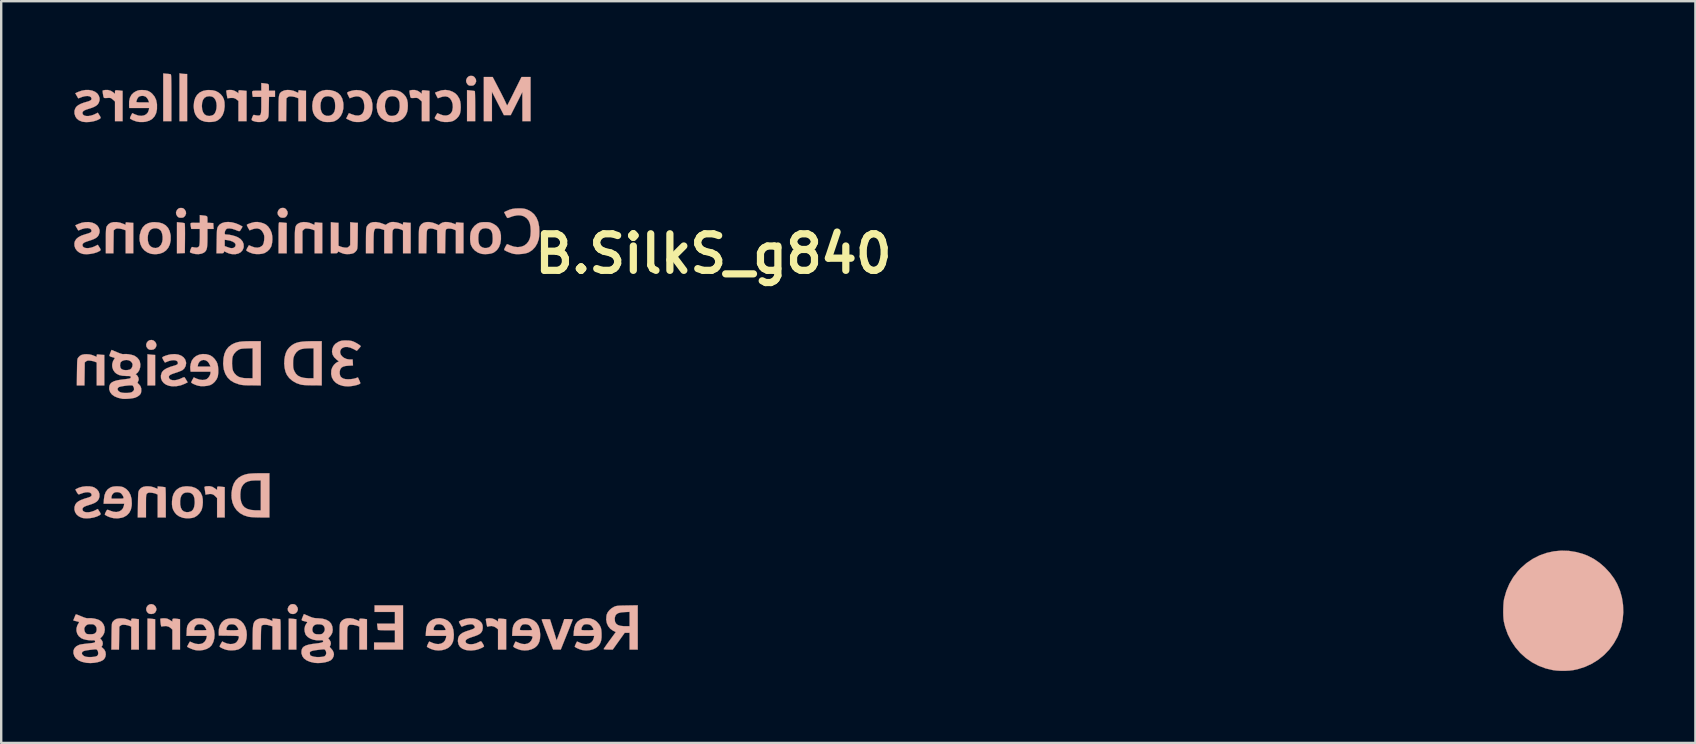
<source format=kicad_pcb>
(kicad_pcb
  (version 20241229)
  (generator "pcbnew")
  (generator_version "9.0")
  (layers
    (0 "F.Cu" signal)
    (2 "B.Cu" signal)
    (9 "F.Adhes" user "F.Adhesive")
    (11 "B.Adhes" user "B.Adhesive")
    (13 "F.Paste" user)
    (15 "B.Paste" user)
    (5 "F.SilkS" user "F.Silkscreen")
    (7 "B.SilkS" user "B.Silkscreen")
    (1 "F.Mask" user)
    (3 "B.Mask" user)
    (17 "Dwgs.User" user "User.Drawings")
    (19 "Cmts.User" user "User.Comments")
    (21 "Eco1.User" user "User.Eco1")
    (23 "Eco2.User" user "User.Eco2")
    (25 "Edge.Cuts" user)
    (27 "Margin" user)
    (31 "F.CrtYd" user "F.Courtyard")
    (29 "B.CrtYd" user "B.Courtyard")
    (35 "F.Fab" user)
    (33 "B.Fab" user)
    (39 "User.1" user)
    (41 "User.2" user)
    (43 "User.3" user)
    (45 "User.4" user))
  (footprint "B.SilkS_g840"
    (layer "F.Cu")
    (at 26.675 7.525)
    (property "Reference" "B.SilkS_g840" (at 0 0 0) (layer "F.SilkS") (effects (font (size 1.524 1.524) (thickness 0.3))))
    (attr through_hole)
    (fp_poly (pts (xy -23.532 15.198) (xy -23.484 15.2) (xy -23.413 15.207) (xy -23.373 15.211) (xy -23.262 15.225) (xy -23.262 16.489) (xy -23.58 16.489) (xy -23.58 15.198) (xy -23.532 15.198)) (stroke (width 0.01) (type solid)) (fill yes) (layer "B.SilkS"))
    (fp_poly (pts (xy -23.469 4.198) (xy -23.395 4.206) (xy -23.332 4.211) (xy -23.31 4.212) (xy -23.262 4.212) (xy -23.262 5.482) (xy -23.58 5.482) (xy -23.58 4.185) (xy -23.469 4.198)) (stroke (width 0.01) (type solid)) (fill yes) (layer "B.SilkS"))
    (fp_poly (pts (xy -22.167 -7.507) (xy -22.088 -7.497) (xy -22.008 -7.493) (xy -22.008 -7.493) (xy -21.929 -7.493) (xy -21.929 -5.524) (xy -22.246 -5.524) (xy -22.246 -7.52) (xy -22.167 -7.507)) (stroke (width 0.01) (type solid)) (fill yes) (layer "B.SilkS"))
    (fp_poly (pts (xy -17.648 15.198) (xy -17.599 15.2) (xy -17.529 15.207) (xy -17.489 15.211) (xy -17.378 15.225) (xy -17.378 16.489) (xy -17.695 16.489) (xy -17.695 15.198) (xy -17.648 15.198)) (stroke (width 0.01) (type solid)) (fill yes) (layer "B.SilkS"))
    (fp_poly (pts (xy -22.199 -1.303) (xy -22.121 -1.294) (xy -22.061 -1.283) (xy -22.03 -1.273) (xy -22.029 -1.272) (xy -22.025 -1.248) (xy -22.022 -1.187) (xy -22.019 -1.094) (xy -22.018 -0.975) (xy -22.017 -0.836) (xy -22.018 -0.682) (xy -22.018 -0.644) (xy -22.024 -0.032) (xy -22.352 -0.019) (xy -22.352 -1.318) (xy -22.199 -1.303)) (stroke (width 0.01) (type solid)) (fill yes) (layer "B.SilkS"))
    (fp_poly (pts (xy -10.112 -6.805) (xy -10.035 -6.796) (xy -9.975 -6.788) (xy -9.944 -6.781) (xy -9.943 -6.78) (xy -9.939 -6.758) (xy -9.935 -6.698) (xy -9.932 -6.606) (xy -9.93 -6.489) (xy -9.928 -6.35) (xy -9.927 -6.195) (xy -9.927 -6.148) (xy -9.927 -5.524) (xy -10.266 -5.524) (xy -10.266 -6.82) (xy -10.112 -6.805)) (stroke (width 0.01) (type solid)) (fill yes) (layer "B.SilkS"))
    (fp_poly (pts (xy -22.781 -7.502) (xy -22.704 -7.495) (xy -22.643 -7.487) (xy -22.611 -7.481) (xy -22.605 -7.471) (xy -22.599 -7.441) (xy -22.595 -7.389) (xy -22.591 -7.311) (xy -22.589 -7.206) (xy -22.587 -7.07) (xy -22.586 -6.9) (xy -22.585 -6.692) (xy -22.585 -6.499) (xy -22.585 -5.524) (xy -22.924 -5.524) (xy -22.924 -7.515) (xy -22.781 -7.502)) (stroke (width 0.01) (type solid)) (fill yes) (layer "B.SilkS"))
    (fp_poly (pts (xy -18.038 -1.31) (xy -17.971 -1.305) (xy -17.91 -1.299) (xy -17.78 -1.285) (xy -17.78 -0.021) (xy -18.119 -0.021) (xy -18.119 -0.667) (xy -18.119 -0.849) (xy -18.118 -0.993) (xy -18.117 -1.104) (xy -18.115 -1.186) (xy -18.111 -1.243) (xy -18.107 -1.28) (xy -18.1 -1.301) (xy -18.091 -1.31) (xy -18.081 -1.312) (xy -18.079 -1.312) (xy -18.038 -1.31)) (stroke (width 0.01) (type solid)) (fill yes) (layer "B.SilkS"))
    (fp_poly (pts (xy -23.328 3.611) (xy -23.262 3.666) (xy -23.234 3.71) (xy -23.21 3.77) (xy -23.208 3.82) (xy -23.22 3.863) (xy -23.262 3.94) (xy -23.327 3.985) (xy -23.421 4) (xy -23.427 4) (xy -23.502 3.992) (xy -23.557 3.96) (xy -23.569 3.949) (xy -23.624 3.871) (xy -23.636 3.788) (xy -23.614 3.711) (xy -23.559 3.639) (xy -23.487 3.598) (xy -23.406 3.589) (xy -23.328 3.611)) (stroke (width 0.01) (type solid)) (fill yes) (layer "B.SilkS"))
    (fp_poly (pts (xy -23.328 14.618) (xy -23.262 14.673) (xy -23.234 14.716) (xy -23.21 14.777) (xy -23.208 14.827) (xy -23.22 14.869) (xy -23.262 14.947) (xy -23.327 14.992) (xy -23.421 15.007) (xy -23.427 15.007) (xy -23.502 14.998) (xy -23.557 14.967) (xy -23.569 14.956) (xy -23.624 14.878) (xy -23.636 14.795) (xy -23.614 14.718) (xy -23.559 14.645) (xy -23.487 14.604) (xy -23.406 14.595) (xy -23.328 14.618)) (stroke (width 0.01) (type solid)) (fill yes) (layer "B.SilkS"))
    (fp_poly (pts (xy -17.886 -1.909) (xy -17.84 -1.886) (xy -17.799 -1.846) (xy -17.748 -1.764) (xy -17.739 -1.679) (xy -17.772 -1.595) (xy -17.792 -1.568) (xy -17.836 -1.525) (xy -17.883 -1.507) (xy -17.942 -1.503) (xy -18.014 -1.51) (xy -18.066 -1.535) (xy -18.099 -1.565) (xy -18.151 -1.641) (xy -18.161 -1.723) (xy -18.13 -1.806) (xy -18.102 -1.844) (xy -18.05 -1.89) (xy -17.994 -1.909) (xy -17.951 -1.913) (xy -17.886 -1.909)) (stroke (width 0.01) (type solid)) (fill yes) (layer "B.SilkS"))
    (fp_poly (pts (xy -17.46 14.602) (xy -17.411 14.628) (xy -17.376 14.664) (xy -17.324 14.746) (xy -17.314 14.829) (xy -17.345 14.908) (xy -17.376 14.945) (xy -17.433 14.99) (xy -17.497 15.006) (xy -17.526 15.007) (xy -17.598 14.998) (xy -17.655 14.965) (xy -17.676 14.945) (xy -17.728 14.869) (xy -17.738 14.787) (xy -17.707 14.704) (xy -17.676 14.664) (xy -17.626 14.618) (xy -17.575 14.598) (xy -17.526 14.595) (xy -17.46 14.602)) (stroke (width 0.01) (type solid)) (fill yes) (layer "B.SilkS"))
    (fp_poly (pts (xy -12.933 16.489) (xy -14.139 16.489) (xy -14.139 16.192) (xy -13.271 16.192) (xy -13.271 15.684) (xy -13.62 15.684) (xy -13.736 15.684) (xy -13.838 15.681) (xy -13.916 15.677) (xy -13.965 15.672) (xy -13.977 15.669) (xy -13.984 15.64) (xy -13.994 15.584) (xy -14.001 15.531) (xy -14.015 15.409) (xy -13.271 15.409) (xy -13.271 14.922) (xy -14.118 14.922) (xy -14.118 14.647) (xy -12.933 14.647) (xy -12.933 16.489)) (stroke (width 0.01) (type solid)) (fill yes) (layer "B.SilkS"))
    (fp_poly (pts (xy -22.115 -1.905) (xy -22.067 -1.88) (xy -22.031 -1.844) (xy -21.981 -1.762) (xy -21.973 -1.677) (xy -22.007 -1.593) (xy -22.026 -1.568) (xy -22.067 -1.527) (xy -22.111 -1.508) (xy -22.176 -1.503) (xy -22.183 -1.503) (xy -22.251 -1.507) (xy -22.295 -1.525) (xy -22.336 -1.564) (xy -22.34 -1.568) (xy -22.386 -1.651) (xy -22.391 -1.736) (xy -22.355 -1.819) (xy -22.335 -1.844) (xy -22.286 -1.889) (xy -22.235 -1.908) (xy -22.183 -1.911) (xy -22.115 -1.905)) (stroke (width 0.01) (type solid)) (fill yes) (layer "B.SilkS"))
    (fp_poly (pts (xy -10.029 -7.408) (xy -9.981 -7.383) (xy -9.944 -7.347) (xy -9.895 -7.266) (xy -9.887 -7.181) (xy -9.921 -7.097) (xy -9.94 -7.071) (xy -9.981 -7.03) (xy -10.024 -7.011) (xy -10.09 -7.006) (xy -10.097 -7.006) (xy -10.164 -7.01) (xy -10.209 -7.028) (xy -10.25 -7.067) (xy -10.253 -7.071) (xy -10.3 -7.154) (xy -10.305 -7.239) (xy -10.269 -7.322) (xy -10.249 -7.347) (xy -10.2 -7.392) (xy -10.149 -7.411) (xy -10.097 -7.414) (xy -10.029 -7.408)) (stroke (width 0.01) (type solid)) (fill yes) (layer "B.SilkS"))
    (fp_poly (pts (xy -20.872 9.711) (xy -20.773 9.771) (xy -20.68 9.842) (xy -20.68 9.768) (xy -20.678 9.73) (xy -20.667 9.706) (xy -20.64 9.696) (xy -20.589 9.696) (xy -20.505 9.704) (xy -20.473 9.708) (xy -20.362 9.721) (xy -20.362 10.986) (xy -20.68 10.986) (xy -20.68 10.176) (xy -20.762 10.094) (xy -20.826 10.04) (xy -20.892 10.012) (xy -20.972 10.005) (xy -21.077 10.018) (xy -21.09 10.021) (xy -21.161 10.034) (xy -21.176 9.925) (xy -21.186 9.849) (xy -21.197 9.781) (xy -21.202 9.758) (xy -21.206 9.722) (xy -21.192 9.702) (xy -21.152 9.691) (xy -21.117 9.685) (xy -20.986 9.681) (xy -20.872 9.711)) (stroke (width 0.01) (type solid)) (fill yes) (layer "B.SilkS"))
    (fp_poly (pts (xy -22.808 15.191) (xy -22.743 15.207) (xy -22.675 15.241) (xy -22.652 15.255) (xy -22.543 15.323) (xy -22.543 15.26) (xy -22.538 15.225) (xy -22.52 15.205) (xy -22.481 15.197) (xy -22.415 15.2) (xy -22.323 15.211) (xy -22.225 15.225) (xy -22.225 16.489) (xy -22.543 16.489) (xy -22.543 15.66) (xy -22.603 15.6) (xy -22.693 15.538) (xy -22.802 15.508) (xy -22.912 15.515) (xy -22.967 15.525) (xy -23 15.528) (xy -23.004 15.526) (xy -23.014 15.499) (xy -23.024 15.444) (xy -23.034 15.374) (xy -23.041 15.303) (xy -23.045 15.243) (xy -23.044 15.207) (xy -23.042 15.203) (xy -23.014 15.195) (xy -22.956 15.189) (xy -22.893 15.187) (xy -22.808 15.191)) (stroke (width 0.01) (type solid)) (fill yes) (layer "B.SilkS"))
    (fp_poly (pts (xy -20.091 -6.826) (xy -20.025 -6.816) (xy -20.02 -6.815) (xy -19.943 -6.786) (xy -19.872 -6.747) (xy -19.86 -6.739) (xy -19.791 -6.687) (xy -19.791 -6.751) (xy -19.789 -6.784) (xy -19.78 -6.804) (xy -19.756 -6.814) (xy -19.707 -6.814) (xy -19.628 -6.807) (xy -19.582 -6.802) (xy -19.452 -6.788) (xy -19.452 -5.524) (xy -19.791 -5.524) (xy -19.791 -6.367) (xy -19.856 -6.422) (xy -19.924 -6.469) (xy -19.997 -6.493) (xy -20.087 -6.496) (xy -20.139 -6.492) (xy -20.251 -6.481) (xy -20.275 -6.626) (xy -20.287 -6.701) (xy -20.295 -6.76) (xy -20.299 -6.791) (xy -20.299 -6.791) (xy -20.28 -6.809) (xy -20.231 -6.821) (xy -20.164 -6.827) (xy -20.091 -6.826)) (stroke (width 0.01) (type solid)) (fill yes) (layer "B.SilkS"))
    (fp_poly (pts (xy -7.62 -5.524) (xy -7.959 -5.524) (xy -7.96 -6.133) (xy -7.961 -6.742) (xy -8.203 -6.26) (xy -8.446 -5.779) (xy -8.731 -5.779) (xy -9.229 -6.753) (xy -9.229 -5.524) (xy -9.567 -5.524) (xy -9.567 -7.366) (xy -9.382 -7.366) (xy -9.197 -7.366) (xy -8.952 -6.895) (xy -8.881 -6.758) (xy -8.814 -6.627) (xy -8.754 -6.507) (xy -8.705 -6.408) (xy -8.67 -6.334) (xy -8.656 -6.303) (xy -8.627 -6.24) (xy -8.605 -6.196) (xy -8.594 -6.183) (xy -8.582 -6.201) (xy -8.554 -6.253) (xy -8.512 -6.334) (xy -8.458 -6.439) (xy -8.395 -6.564) (xy -8.325 -6.704) (xy -8.29 -6.775) (xy -7.997 -7.366) (xy -7.62 -7.366) (xy -7.62 -5.524)) (stroke (width 0.01) (type solid)) (fill yes) (layer "B.SilkS"))
    (fp_poly (pts (xy -25.099 -6.788) (xy -25.008 -6.728) (xy -24.934 -6.663) (xy -24.934 -6.739) (xy -24.933 -6.779) (xy -24.922 -6.803) (xy -24.896 -6.814) (xy -24.845 -6.814) (xy -24.762 -6.806) (xy -24.728 -6.802) (xy -24.617 -6.789) (xy -24.617 -5.524) (xy -24.934 -5.524) (xy -24.934 -6.345) (xy -25.022 -6.424) (xy -25.069 -6.465) (xy -25.108 -6.488) (xy -25.151 -6.497) (xy -25.215 -6.497) (xy -25.255 -6.494) (xy -25.325 -6.49) (xy -25.37 -6.492) (xy -25.397 -6.507) (xy -25.413 -6.542) (xy -25.426 -6.606) (xy -25.439 -6.684) (xy -25.447 -6.747) (xy -25.448 -6.791) (xy -25.445 -6.803) (xy -25.417 -6.811) (xy -25.365 -6.822) (xy -25.344 -6.825) (xy -25.22 -6.825) (xy -25.099 -6.788)) (stroke (width 0.01) (type solid)) (fill yes) (layer "B.SilkS"))
    (fp_poly (pts (xy -12.315 -6.788) (xy -12.223 -6.728) (xy -12.15 -6.663) (xy -12.15 -6.739) (xy -12.148 -6.779) (xy -12.138 -6.803) (xy -12.111 -6.814) (xy -12.06 -6.814) (xy -11.977 -6.806) (xy -11.943 -6.802) (xy -11.832 -6.789) (xy -11.832 -5.524) (xy -12.15 -5.524) (xy -12.15 -6.345) (xy -12.237 -6.424) (xy -12.285 -6.465) (xy -12.323 -6.488) (xy -12.366 -6.497) (xy -12.43 -6.497) (xy -12.47 -6.494) (xy -12.54 -6.49) (xy -12.585 -6.492) (xy -12.612 -6.507) (xy -12.629 -6.542) (xy -12.641 -6.606) (xy -12.654 -6.684) (xy -12.663 -6.747) (xy -12.664 -6.791) (xy -12.66 -6.803) (xy -12.633 -6.811) (xy -12.58 -6.822) (xy -12.56 -6.825) (xy -12.435 -6.825) (xy -12.315 -6.788)) (stroke (width 0.01) (type solid)) (fill yes) (layer "B.SilkS"))
    (fp_poly (pts (xy -9.274 15.187) (xy -9.207 15.197) (xy -9.206 15.198) (xy -9.13 15.226) (xy -9.057 15.265) (xy -9.043 15.275) (xy -8.975 15.327) (xy -8.975 15.262) (xy -8.972 15.228) (xy -8.958 15.207) (xy -8.926 15.198) (xy -8.868 15.199) (xy -8.779 15.208) (xy -8.747 15.211) (xy -8.636 15.225) (xy -8.636 16.489) (xy -8.975 16.489) (xy -8.975 15.646) (xy -9.039 15.592) (xy -9.135 15.533) (xy -9.24 15.507) (xy -9.336 15.515) (xy -9.387 15.529) (xy -9.419 15.536) (xy -9.421 15.536) (xy -9.43 15.517) (xy -9.442 15.469) (xy -9.456 15.403) (xy -9.469 15.332) (xy -9.478 15.268) (xy -9.483 15.224) (xy -9.483 15.221) (xy -9.464 15.203) (xy -9.415 15.19) (xy -9.347 15.184) (xy -9.274 15.187)) (stroke (width 0.01) (type solid)) (fill yes) (layer "B.SilkS"))
    (fp_poly (pts (xy -24.562 15.196) (xy -24.46 15.218) (xy -24.389 15.244) (xy -24.257 15.299) (xy -24.257 15.248) (xy -24.254 15.22) (xy -24.238 15.204) (xy -24.203 15.198) (xy -24.142 15.201) (xy -24.051 15.211) (xy -23.939 15.225) (xy -23.939 16.489) (xy -24.257 16.489) (xy -24.257 15.534) (xy -24.336 15.5) (xy -24.405 15.478) (xy -24.491 15.461) (xy -24.532 15.457) (xy -24.609 15.454) (xy -24.66 15.464) (xy -24.702 15.49) (xy -24.702 15.49) (xy -24.754 15.533) (xy -24.768 16.489) (xy -25.085 16.489) (xy -25.078 15.94) (xy -25.076 15.773) (xy -25.074 15.642) (xy -25.071 15.544) (xy -25.067 15.471) (xy -25.062 15.42) (xy -25.054 15.384) (xy -25.045 15.358) (xy -25.032 15.338) (xy -25.027 15.331) (xy -24.958 15.259) (xy -24.875 15.213) (xy -24.768 15.192) (xy -24.68 15.188) (xy -24.562 15.196)) (stroke (width 0.01) (type solid)) (fill yes) (layer "B.SilkS"))
    (fp_poly (pts (xy -24.716 -1.295) (xy -24.582 -1.247) (xy -24.49 -1.208) (xy -24.49 -1.263) (xy -24.488 -1.295) (xy -24.474 -1.31) (xy -24.439 -1.311) (xy -24.379 -1.305) (xy -24.305 -1.297) (xy -24.242 -1.292) (xy -24.22 -1.291) (xy -24.172 -1.291) (xy -24.172 -0.021) (xy -24.49 -0.021) (xy -24.49 -0.976) (xy -24.569 -1.009) (xy -24.638 -1.03) (xy -24.723 -1.048) (xy -24.765 -1.053) (xy -24.84 -1.056) (xy -24.89 -1.047) (xy -24.931 -1.023) (xy -24.934 -1.02) (xy -24.987 -0.977) (xy -24.994 -0.499) (xy -25 -0.021) (xy -25.315 -0.021) (xy -25.315 -0.545) (xy -25.315 -0.711) (xy -25.314 -0.841) (xy -25.311 -0.94) (xy -25.307 -1.013) (xy -25.301 -1.066) (xy -25.293 -1.104) (xy -25.283 -1.134) (xy -25.278 -1.143) (xy -25.212 -1.23) (xy -25.118 -1.289) (xy -25.001 -1.32) (xy -24.865 -1.322) (xy -24.716 -1.295)) (stroke (width 0.01) (type solid)) (fill yes) (layer "B.SilkS"))
    (fp_poly (pts (xy -16.943 -1.316) (xy -16.808 -1.284) (xy -16.717 -1.246) (xy -16.659 -1.218) (xy -16.629 -1.21) (xy -16.617 -1.225) (xy -16.616 -1.262) (xy -16.614 -1.295) (xy -16.6 -1.309) (xy -16.565 -1.311) (xy -16.505 -1.305) (xy -16.431 -1.297) (xy -16.368 -1.292) (xy -16.346 -1.291) (xy -16.298 -1.291) (xy -16.298 -0.021) (xy -16.616 -0.021) (xy -16.616 -0.973) (xy -16.695 -1.007) (xy -16.763 -1.029) (xy -16.849 -1.046) (xy -16.894 -1.052) (xy -16.966 -1.057) (xy -17.011 -1.051) (xy -17.045 -1.031) (xy -17.069 -1.009) (xy -17.124 -0.954) (xy -17.124 -0.021) (xy -17.441 -0.021) (xy -17.441 -0.545) (xy -17.441 -0.725) (xy -17.439 -0.868) (xy -17.433 -0.979) (xy -17.425 -1.063) (xy -17.411 -1.126) (xy -17.391 -1.173) (xy -17.365 -1.209) (xy -17.33 -1.24) (xy -17.299 -1.262) (xy -17.199 -1.305) (xy -17.077 -1.324) (xy -16.943 -1.316)) (stroke (width 0.01) (type solid)) (fill yes) (layer "B.SilkS"))
    (fp_poly (pts (xy -25.999 4.191) (xy -25.894 4.215) (xy -25.829 4.239) (xy -25.696 4.294) (xy -25.696 4.239) (xy -25.694 4.208) (xy -25.68 4.194) (xy -25.645 4.192) (xy -25.585 4.198) (xy -25.512 4.206) (xy -25.449 4.211) (xy -25.426 4.212) (xy -25.379 4.212) (xy -25.379 5.482) (xy -25.696 5.482) (xy -25.696 4.528) (xy -25.776 4.494) (xy -25.845 4.473) (xy -25.93 4.456) (xy -25.971 4.451) (xy -26.047 4.447) (xy -26.097 4.456) (xy -26.138 4.481) (xy -26.141 4.483) (xy -26.194 4.526) (xy -26.2 5.004) (xy -26.207 5.482) (xy -26.524 5.482) (xy -26.518 4.933) (xy -26.515 4.766) (xy -26.513 4.636) (xy -26.51 4.537) (xy -26.506 4.465) (xy -26.501 4.413) (xy -26.494 4.377) (xy -26.484 4.352) (xy -26.471 4.331) (xy -26.467 4.325) (xy -26.397 4.252) (xy -26.314 4.207) (xy -26.208 4.186) (xy -26.12 4.183) (xy -25.999 4.191)) (stroke (width 0.01) (type solid)) (fill yes) (layer "B.SilkS"))
    (fp_poly (pts (xy -17.62 -6.82) (xy -17.485 -6.788) (xy -17.395 -6.75) (xy -17.336 -6.721) (xy -17.306 -6.714) (xy -17.295 -6.729) (xy -17.293 -6.766) (xy -17.291 -6.798) (xy -17.278 -6.813) (xy -17.243 -6.815) (xy -17.182 -6.808) (xy -17.109 -6.8) (xy -17.046 -6.796) (xy -17.023 -6.795) (xy -16.976 -6.795) (xy -16.976 -5.524) (xy -17.293 -5.524) (xy -17.293 -6.479) (xy -17.373 -6.512) (xy -17.441 -6.534) (xy -17.527 -6.551) (xy -17.568 -6.556) (xy -17.644 -6.559) (xy -17.694 -6.55) (xy -17.735 -6.526) (xy -17.738 -6.524) (xy -17.791 -6.481) (xy -17.797 -6.003) (xy -17.803 -5.524) (xy -18.119 -5.524) (xy -18.119 -6.048) (xy -18.118 -6.228) (xy -18.116 -6.371) (xy -18.111 -6.482) (xy -18.102 -6.566) (xy -18.088 -6.63) (xy -18.069 -6.676) (xy -18.042 -6.713) (xy -18.008 -6.743) (xy -17.976 -6.765) (xy -17.877 -6.809) (xy -17.755 -6.827) (xy -17.62 -6.82)) (stroke (width 0.01) (type solid)) (fill yes) (layer "B.SilkS"))
    (fp_poly (pts (xy -5.959 15.221) (xy -5.898 15.225) (xy -5.866 15.232) (xy -5.863 15.234) (xy -5.871 15.257) (xy -5.892 15.314) (xy -5.926 15.401) (xy -5.97 15.513) (xy -6.022 15.644) (xy -6.08 15.79) (xy -6.112 15.869) (xy -6.361 16.488) (xy -6.678 16.488) (xy -6.916 15.879) (xy -6.975 15.727) (xy -7.029 15.587) (xy -7.075 15.465) (xy -7.113 15.364) (xy -7.139 15.291) (xy -7.153 15.25) (xy -7.154 15.243) (xy -7.141 15.23) (xy -7.099 15.223) (xy -7.022 15.222) (xy -6.982 15.223) (xy -6.809 15.229) (xy -6.675 15.651) (xy -6.634 15.779) (xy -6.599 15.894) (xy -6.57 15.991) (xy -6.55 16.062) (xy -6.54 16.102) (xy -6.539 16.106) (xy -6.533 16.096) (xy -6.514 16.052) (xy -6.486 15.98) (xy -6.451 15.888) (xy -6.411 15.78) (xy -6.369 15.664) (xy -6.327 15.545) (xy -6.287 15.431) (xy -6.251 15.326) (xy -6.239 15.288) (xy -6.216 15.219) (xy -6.04 15.219) (xy -5.959 15.221)) (stroke (width 0.01) (type solid)) (fill yes) (layer "B.SilkS"))
    (fp_poly (pts (xy -14.996 15.207) (xy -14.856 15.26) (xy -14.802 15.286) (xy -14.766 15.301) (xy -14.76 15.303) (xy -14.755 15.285) (xy -14.753 15.251) (xy -14.75 15.222) (xy -14.735 15.205) (xy -14.702 15.198) (xy -14.641 15.201) (xy -14.547 15.211) (xy -14.436 15.225) (xy -14.436 16.489) (xy -14.753 16.489) (xy -14.753 15.534) (xy -14.833 15.5) (xy -14.899 15.479) (xy -14.985 15.463) (xy -15.041 15.456) (xy -15.114 15.453) (xy -15.158 15.457) (xy -15.188 15.474) (xy -15.216 15.505) (xy -15.23 15.526) (xy -15.242 15.55) (xy -15.25 15.582) (xy -15.255 15.629) (xy -15.259 15.696) (xy -15.26 15.79) (xy -15.261 15.915) (xy -15.261 16.026) (xy -15.261 16.489) (xy -15.579 16.489) (xy -15.579 15.965) (xy -15.578 15.799) (xy -15.577 15.669) (xy -15.575 15.57) (xy -15.571 15.497) (xy -15.565 15.444) (xy -15.557 15.406) (xy -15.546 15.376) (xy -15.542 15.367) (xy -15.476 15.281) (xy -15.382 15.221) (xy -15.267 15.188) (xy -15.136 15.183) (xy -14.996 15.207)) (stroke (width 0.01) (type solid)) (fill yes) (layer "B.SilkS"))
    (fp_poly (pts (xy -18.627 15.201) (xy -18.493 15.245) (xy -18.453 15.264) (xy -18.373 15.304) (xy -18.373 15.192) (xy -18.243 15.205) (xy -18.167 15.213) (xy -18.103 15.217) (xy -18.073 15.219) (xy -18.062 15.221) (xy -18.053 15.229) (xy -18.046 15.249) (xy -18.042 15.284) (xy -18.038 15.34) (xy -18.036 15.42) (xy -18.035 15.529) (xy -18.034 15.671) (xy -18.034 15.851) (xy -18.034 16.489) (xy -18.373 16.489) (xy -18.373 15.522) (xy -18.481 15.487) (xy -18.589 15.461) (xy -18.69 15.453) (xy -18.771 15.464) (xy -18.808 15.482) (xy -18.821 15.494) (xy -18.831 15.512) (xy -18.839 15.542) (xy -18.844 15.589) (xy -18.848 15.658) (xy -18.851 15.755) (xy -18.854 15.885) (xy -18.855 16) (xy -18.862 16.489) (xy -19.198 16.489) (xy -19.198 16.018) (xy -19.197 15.834) (xy -19.193 15.688) (xy -19.187 15.573) (xy -19.177 15.484) (xy -19.162 15.415) (xy -19.142 15.363) (xy -19.115 15.32) (xy -19.088 15.288) (xy -19.002 15.228) (xy -18.891 15.193) (xy -18.763 15.184) (xy -18.627 15.201)) (stroke (width 0.01) (type solid)) (fill yes) (layer "B.SilkS"))
    (fp_poly (pts (xy -18.5 10.986) (xy -18.875 10.984) (xy -19.039 10.981) (xy -19.183 10.975) (xy -19.299 10.966) (xy -19.381 10.954) (xy -19.383 10.953) (xy -19.571 10.893) (xy -19.733 10.801) (xy -19.866 10.68) (xy -19.969 10.532) (xy -20.04 10.361) (xy -20.077 10.17) (xy -20.078 10.06) (xy -19.713 10.06) (xy -19.706 10.196) (xy -19.704 10.206) (xy -19.672 10.354) (xy -19.616 10.473) (xy -19.533 10.564) (xy -19.421 10.628) (xy -19.277 10.669) (xy -19.099 10.687) (xy -19.045 10.688) (xy -18.86 10.689) (xy -18.86 9.44) (xy -19.07 9.44) (xy -19.245 9.45) (xy -19.386 9.48) (xy -19.498 9.532) (xy -19.585 9.609) (xy -19.651 9.709) (xy -19.684 9.803) (xy -19.705 9.925) (xy -19.713 10.06) (xy -20.078 10.06) (xy -20.078 9.96) (xy -20.078 9.953) (xy -20.046 9.751) (xy -19.988 9.582) (xy -19.904 9.443) (xy -19.79 9.332) (xy -19.657 9.252) (xy -19.573 9.216) (xy -19.488 9.189) (xy -19.394 9.169) (xy -19.284 9.156) (xy -19.15 9.148) (xy -18.986 9.144) (xy -18.887 9.144) (xy -18.5 9.144) (xy -18.5 10.986)) (stroke (width 0.01) (type solid)) (fill yes) (layer "B.SilkS"))
    (fp_poly (pts (xy -23.44 9.696) (xy -23.322 9.728) (xy -23.289 9.741) (xy -23.156 9.795) (xy -23.156 9.689) (xy -23.003 9.704) (xy -22.926 9.713) (xy -22.866 9.721) (xy -22.835 9.729) (xy -22.834 9.729) (xy -22.83 9.752) (xy -22.826 9.812) (xy -22.823 9.904) (xy -22.82 10.021) (xy -22.819 10.16) (xy -22.818 10.315) (xy -22.818 10.362) (xy -22.818 10.986) (xy -23.156 10.986) (xy -23.156 10.034) (xy -23.224 9.999) (xy -23.283 9.978) (xy -23.364 9.961) (xy -23.423 9.953) (xy -23.499 9.949) (xy -23.546 9.955) (xy -23.58 9.972) (xy -23.598 9.988) (xy -23.613 10.004) (xy -23.624 10.024) (xy -23.632 10.053) (xy -23.637 10.097) (xy -23.641 10.161) (xy -23.642 10.251) (xy -23.643 10.373) (xy -23.643 10.509) (xy -23.643 10.986) (xy -23.985 10.986) (xy -23.978 10.451) (xy -23.976 10.286) (xy -23.973 10.158) (xy -23.97 10.061) (xy -23.966 9.99) (xy -23.96 9.938) (xy -23.953 9.901) (xy -23.942 9.873) (xy -23.928 9.848) (xy -23.923 9.839) (xy -23.856 9.762) (xy -23.766 9.712) (xy -23.648 9.688) (xy -23.569 9.686) (xy -23.44 9.696)) (stroke (width 0.01) (type solid)) (fill yes) (layer "B.SilkS"))
    (fp_poly (pts (xy -15.023 -1.305) (xy -14.949 -1.297) (xy -14.886 -1.292) (xy -14.863 -1.291) (xy -14.815 -1.291) (xy -14.821 -0.746) (xy -14.823 -0.58) (xy -14.825 -0.451) (xy -14.828 -0.353) (xy -14.832 -0.281) (xy -14.837 -0.23) (xy -14.845 -0.194) (xy -14.855 -0.167) (xy -14.868 -0.145) (xy -14.877 -0.132) (xy -14.927 -0.076) (xy -14.986 -0.032) (xy -14.992 -0.029) (xy -15.064 -0.005) (xy -15.162 0.01) (xy -15.267 0.013) (xy -15.363 0.006) (xy -15.394 -0.001) (xy -15.467 -0.024) (xy -15.544 -0.057) (xy -15.556 -0.063) (xy -15.608 -0.088) (xy -15.634 -0.094) (xy -15.647 -0.081) (xy -15.653 -0.063) (xy -15.666 -0.04) (xy -15.693 -0.027) (xy -15.745 -0.022) (xy -15.802 -0.021) (xy -15.938 -0.021) (xy -15.938 -1.318) (xy -15.827 -1.305) (xy -15.754 -1.297) (xy -15.691 -1.292) (xy -15.669 -1.291) (xy -15.621 -1.291) (xy -15.621 -0.337) (xy -15.542 -0.303) (xy -15.471 -0.28) (xy -15.386 -0.263) (xy -15.353 -0.259) (xy -15.284 -0.256) (xy -15.239 -0.265) (xy -15.202 -0.291) (xy -15.189 -0.303) (xy -15.134 -0.358) (xy -15.134 -1.318) (xy -15.023 -1.305)) (stroke (width 0.01) (type solid)) (fill yes) (layer "B.SilkS"))
    (fp_poly (pts (xy -14.696 -6.808) (xy -14.544 -6.757) (xy -14.417 -6.674) (xy -14.317 -6.562) (xy -14.248 -6.421) (xy -14.211 -6.256) (xy -14.208 -6.224) (xy -14.207 -6.028) (xy -14.236 -5.863) (xy -14.295 -5.728) (xy -14.383 -5.623) (xy -14.5 -5.548) (xy -14.648 -5.504) (xy -14.755 -5.491) (xy -14.864 -5.491) (xy -14.963 -5.5) (xy -15.007 -5.51) (xy -15.086 -5.537) (xy -15.173 -5.573) (xy -15.202 -5.587) (xy -15.301 -5.637) (xy -15.247 -5.745) (xy -15.217 -5.804) (xy -15.196 -5.845) (xy -15.189 -5.857) (xy -15.169 -5.852) (xy -15.121 -5.835) (xy -15.059 -5.81) (xy -14.917 -5.766) (xy -14.795 -5.759) (xy -14.696 -5.787) (xy -14.62 -5.85) (xy -14.57 -5.946) (xy -14.546 -6.075) (xy -14.546 -6.181) (xy -14.568 -6.326) (xy -14.615 -6.437) (xy -14.686 -6.514) (xy -14.779 -6.555) (xy -14.894 -6.561) (xy -15.029 -6.529) (xy -15.05 -6.521) (xy -15.156 -6.481) (xy -15.209 -6.584) (xy -15.238 -6.645) (xy -15.257 -6.691) (xy -15.261 -6.708) (xy -15.242 -6.731) (xy -15.19 -6.757) (xy -15.116 -6.782) (xy -15.03 -6.803) (xy -14.941 -6.818) (xy -14.87 -6.823) (xy -14.696 -6.808)) (stroke (width 0.01) (type solid)) (fill yes) (layer "B.SilkS"))
    (fp_poly (pts (xy -23.108 -1.306) (xy -22.95 -1.262) (xy -22.822 -1.187) (xy -22.724 -1.082) (xy -22.656 -0.947) (xy -22.618 -0.783) (xy -22.614 -0.741) (xy -22.615 -0.556) (xy -22.649 -0.392) (xy -22.715 -0.252) (xy -22.809 -0.139) (xy -22.93 -0.055) (xy -23.076 -0.003) (xy -23.204 0.013) (xy -23.293 0.013) (xy -23.378 0.008) (xy -23.437 -0.001) (xy -23.588 -0.058) (xy -23.713 -0.147) (xy -23.81 -0.263) (xy -23.875 -0.403) (xy -23.908 -0.562) (xy -23.908 -0.654) (xy -23.571 -0.654) (xy -23.562 -0.532) (xy -23.533 -0.424) (xy -23.499 -0.36) (xy -23.424 -0.29) (xy -23.331 -0.25) (xy -23.231 -0.241) (xy -23.135 -0.267) (xy -23.095 -0.292) (xy -23.016 -0.376) (xy -22.968 -0.491) (xy -22.951 -0.59) (xy -22.95 -0.712) (xy -22.968 -0.828) (xy -23.002 -0.926) (xy -23.039 -0.982) (xy -23.119 -1.039) (xy -23.215 -1.066) (xy -23.316 -1.063) (xy -23.41 -1.031) (xy -23.481 -0.973) (xy -23.53 -0.888) (xy -23.56 -0.777) (xy -23.571 -0.654) (xy -23.908 -0.654) (xy -23.907 -0.738) (xy -23.897 -0.807) (xy -23.85 -0.973) (xy -23.776 -1.108) (xy -23.675 -1.209) (xy -23.547 -1.278) (xy -23.393 -1.315) (xy -23.294 -1.32) (xy -23.108 -1.306)) (stroke (width 0.01) (type solid)) (fill yes) (layer "B.SilkS"))
    (fp_poly (pts (xy -21.278 -1.599) (xy -21.186 -1.588) (xy -21.129 -1.576) (xy -21.098 -1.555) (xy -21.085 -1.52) (xy -21.082 -1.463) (xy -21.082 -1.293) (xy -20.96 -1.287) (xy -20.839 -1.281) (xy -20.832 -1.159) (xy -20.826 -1.037) (xy -21.082 -1.037) (xy -21.082 -0.652) (xy -21.084 -0.486) (xy -21.09 -0.356) (xy -21.101 -0.257) (xy -21.121 -0.182) (xy -21.149 -0.125) (xy -21.188 -0.081) (xy -21.239 -0.043) (xy -21.244 -0.041) (xy -21.333 -0.005) (xy -21.446 0.013) (xy -21.567 0.011) (xy -21.682 -0.012) (xy -21.685 -0.013) (xy -21.749 -0.034) (xy -21.795 -0.054) (xy -21.808 -0.062) (xy -21.81 -0.089) (xy -21.798 -0.138) (xy -21.778 -0.196) (xy -21.755 -0.248) (xy -21.733 -0.28) (xy -21.725 -0.285) (xy -21.694 -0.28) (xy -21.64 -0.269) (xy -21.627 -0.266) (xy -21.531 -0.258) (xy -21.463 -0.28) (xy -21.424 -0.329) (xy -21.414 -0.375) (xy -21.406 -0.459) (xy -21.401 -0.576) (xy -21.399 -0.71) (xy -21.399 -1.037) (xy -21.757 -1.037) (xy -21.77 -1.117) (xy -21.783 -1.198) (xy -21.788 -1.25) (xy -21.777 -1.278) (xy -21.744 -1.29) (xy -21.681 -1.292) (xy -21.598 -1.291) (xy -21.399 -1.291) (xy -21.399 -1.614) (xy -21.278 -1.599)) (stroke (width 0.01) (type solid)) (fill yes) (layer "B.SilkS"))
    (fp_poly (pts (xy -16.32 5.482) (xy -16.695 5.48) (xy -16.883 5.477) (xy -17.034 5.47) (xy -17.147 5.458) (xy -17.195 5.449) (xy -17.378 5.386) (xy -17.54 5.293) (xy -17.676 5.174) (xy -17.77 5.048) (xy -17.829 4.915) (xy -17.866 4.756) (xy -17.882 4.581) (xy -17.882 4.561) (xy -17.513 4.561) (xy -17.512 4.666) (xy -17.506 4.743) (xy -17.493 4.804) (xy -17.471 4.863) (xy -17.459 4.892) (xy -17.395 4.998) (xy -17.31 5.078) (xy -17.2 5.134) (xy -17.061 5.169) (xy -16.888 5.184) (xy -16.843 5.184) (xy -16.658 5.186) (xy -16.658 3.937) (xy -16.869 3.937) (xy -17.041 3.946) (xy -17.179 3.973) (xy -17.288 4.023) (xy -17.374 4.096) (xy -17.443 4.198) (xy -17.465 4.244) (xy -17.489 4.305) (xy -17.503 4.369) (xy -17.511 4.448) (xy -17.513 4.555) (xy -17.513 4.561) (xy -17.882 4.561) (xy -17.875 4.4) (xy -17.855 4.273) (xy -17.816 4.131) (xy -17.762 4.017) (xy -17.685 3.917) (xy -17.649 3.881) (xy -17.566 3.809) (xy -17.477 3.753) (xy -17.377 3.71) (xy -17.26 3.678) (xy -17.12 3.658) (xy -16.951 3.646) (xy -16.748 3.641) (xy -16.706 3.641) (xy -16.32 3.641) (xy -16.32 5.482)) (stroke (width 0.01) (type solid)) (fill yes) (layer "B.SilkS"))
    (fp_poly (pts (xy -3.154 16.489) (xy -3.493 16.489) (xy -3.493 15.79) (xy -3.697 15.79) (xy -3.946 16.14) (xy -4.195 16.489) (xy -4.383 16.489) (xy -4.478 16.486) (xy -4.542 16.48) (xy -4.571 16.47) (xy -4.572 16.467) (xy -4.56 16.444) (xy -4.526 16.392) (xy -4.475 16.318) (xy -4.41 16.226) (xy -4.335 16.122) (xy -4.32 16.102) (xy -4.069 15.76) (xy -4.177 15.706) (xy -4.294 15.625) (xy -4.383 15.517) (xy -4.442 15.387) (xy -4.468 15.242) (xy -4.466 15.219) (xy -4.113 15.219) (xy -4.101 15.324) (xy -4.059 15.405) (xy -3.987 15.463) (xy -3.88 15.499) (xy -3.739 15.514) (xy -3.688 15.515) (xy -3.493 15.515) (xy -3.493 14.918) (xy -3.699 14.927) (xy -3.847 14.94) (xy -3.958 14.967) (xy -4.036 15.011) (xy -4.085 15.075) (xy -4.109 15.161) (xy -4.113 15.219) (xy -4.466 15.219) (xy -4.458 15.087) (xy -4.443 15.021) (xy -4.401 14.932) (xy -4.329 14.843) (xy -4.237 14.763) (xy -4.143 14.708) (xy -4.103 14.691) (xy -4.063 14.678) (xy -4.017 14.669) (xy -3.958 14.662) (xy -3.878 14.658) (xy -3.772 14.654) (xy -3.632 14.652) (xy -3.593 14.651) (xy -3.154 14.644) (xy -3.154 16.489)) (stroke (width 0.01) (type solid)) (fill yes) (layer "B.SilkS"))
    (fp_poly (pts (xy -18.86 5.482) (xy -19.235 5.481) (xy -19.387 5.48) (xy -19.505 5.476) (xy -19.599 5.469) (xy -19.677 5.459) (xy -19.748 5.444) (xy -19.769 5.438) (xy -19.959 5.371) (xy -20.118 5.276) (xy -20.243 5.153) (xy -20.336 5.004) (xy -20.397 4.828) (xy -20.424 4.626) (xy -20.425 4.581) (xy -20.056 4.581) (xy -20.049 4.701) (xy -20.035 4.807) (xy -20.017 4.872) (xy -19.963 4.969) (xy -19.884 5.055) (xy -19.793 5.118) (xy -19.734 5.141) (xy -19.657 5.16) (xy -19.598 5.172) (xy -19.541 5.179) (xy -19.471 5.182) (xy -19.383 5.183) (xy -19.198 5.186) (xy -19.198 3.933) (xy -19.447 3.941) (xy -19.564 3.946) (xy -19.648 3.954) (xy -19.71 3.966) (xy -19.76 3.984) (xy -19.782 3.995) (xy -19.887 4.069) (xy -19.973 4.166) (xy -20.027 4.269) (xy -20.045 4.35) (xy -20.054 4.459) (xy -20.056 4.581) (xy -20.425 4.581) (xy -20.426 4.557) (xy -20.412 4.344) (xy -20.372 4.162) (xy -20.302 4.009) (xy -20.204 3.884) (xy -20.075 3.785) (xy -20.025 3.758) (xy -19.939 3.718) (xy -19.85 3.689) (xy -19.752 3.667) (xy -19.636 3.653) (xy -19.495 3.645) (xy -19.322 3.641) (xy -19.256 3.641) (xy -18.86 3.641) (xy -18.86 5.482)) (stroke (width 0.01) (type solid)) (fill yes) (layer "B.SilkS"))
    (fp_poly (pts (xy -18.717 -7.103) (xy -18.625 -7.091) (xy -18.568 -7.079) (xy -18.537 -7.059) (xy -18.524 -7.023) (xy -18.521 -6.966) (xy -18.521 -6.931) (xy -18.521 -6.795) (xy -18.267 -6.795) (xy -18.267 -6.54) (xy -18.518 -6.54) (xy -18.525 -6.122) (xy -18.527 -5.979) (xy -18.53 -5.871) (xy -18.534 -5.792) (xy -18.54 -5.737) (xy -18.548 -5.698) (xy -18.56 -5.669) (xy -18.575 -5.643) (xy -18.581 -5.635) (xy -18.631 -5.58) (xy -18.689 -5.536) (xy -18.695 -5.532) (xy -18.779 -5.505) (xy -18.885 -5.491) (xy -18.997 -5.493) (xy -19.092 -5.51) (xy -19.175 -5.535) (xy -19.223 -5.557) (xy -19.241 -5.586) (xy -19.235 -5.628) (xy -19.213 -5.69) (xy -19.185 -5.755) (xy -19.162 -5.786) (xy -19.138 -5.788) (xy -19.137 -5.788) (xy -19.096 -5.777) (xy -19.032 -5.766) (xy -19.005 -5.763) (xy -18.95 -5.76) (xy -18.908 -5.767) (xy -18.879 -5.789) (xy -18.859 -5.831) (xy -18.847 -5.899) (xy -18.841 -5.996) (xy -18.838 -6.129) (xy -18.838 -6.196) (xy -18.838 -6.54) (xy -19.193 -6.54) (xy -19.206 -6.62) (xy -19.218 -6.7) (xy -19.22 -6.751) (xy -19.203 -6.779) (xy -19.162 -6.792) (xy -19.088 -6.794) (xy -19.029 -6.795) (xy -18.838 -6.795) (xy -18.838 -7.117) (xy -18.717 -7.103)) (stroke (width 0.01) (type solid)) (fill yes) (layer "B.SilkS"))
    (fp_poly (pts (xy -11.009 -6.807) (xy -10.861 -6.75) (xy -10.753 -6.683) (xy -10.668 -6.596) (xy -10.597 -6.48) (xy -10.577 -6.44) (xy -10.549 -6.348) (xy -10.533 -6.23) (xy -10.528 -6.1) (xy -10.535 -5.972) (xy -10.555 -5.861) (xy -10.569 -5.817) (xy -10.626 -5.716) (xy -10.713 -5.623) (xy -10.817 -5.551) (xy -10.853 -5.534) (xy -10.956 -5.505) (xy -11.081 -5.491) (xy -11.212 -5.492) (xy -11.33 -5.51) (xy -11.367 -5.52) (xy -11.439 -5.546) (xy -11.499 -5.571) (xy -11.525 -5.584) (xy -11.583 -5.618) (xy -11.609 -5.645) (xy -11.606 -5.678) (xy -11.579 -5.731) (xy -11.568 -5.75) (xy -11.535 -5.807) (xy -11.511 -5.847) (xy -11.504 -5.858) (xy -11.484 -5.853) (xy -11.437 -5.834) (xy -11.378 -5.808) (xy -11.253 -5.767) (xy -11.136 -5.761) (xy -11.034 -5.786) (xy -10.951 -5.843) (xy -10.894 -5.928) (xy -10.88 -5.968) (xy -10.858 -6.108) (xy -10.867 -6.245) (xy -10.907 -6.37) (xy -10.972 -6.471) (xy -11.057 -6.534) (xy -11.161 -6.56) (xy -11.283 -6.548) (xy -11.365 -6.522) (xy -11.428 -6.499) (xy -11.471 -6.485) (xy -11.484 -6.483) (xy -11.495 -6.503) (xy -11.519 -6.549) (xy -11.545 -6.6) (xy -11.601 -6.712) (xy -11.51 -6.752) (xy -11.336 -6.811) (xy -11.17 -6.829) (xy -11.009 -6.807)) (stroke (width 0.01) (type solid)) (fill yes) (layer "B.SilkS"))
    (fp_poly (pts (xy -13.249 -6.815) (xy -13.132 -6.788) (xy -13.04 -6.751) (xy -12.957 -6.695) (xy -12.896 -6.64) (xy -12.817 -6.544) (xy -12.765 -6.431) (xy -12.738 -6.293) (xy -12.733 -6.17) (xy -12.74 -6.026) (xy -12.763 -5.908) (xy -12.806 -5.803) (xy -12.854 -5.723) (xy -12.944 -5.625) (xy -13.062 -5.551) (xy -13.201 -5.504) (xy -13.354 -5.485) (xy -13.511 -5.497) (xy -13.583 -5.514) (xy -13.732 -5.575) (xy -13.852 -5.667) (xy -13.943 -5.786) (xy -14.002 -5.931) (xy -14.028 -6.098) (xy -14.027 -6.14) (xy -13.688 -6.14) (xy -13.676 -6.027) (xy -13.646 -5.923) (xy -13.599 -5.836) (xy -13.536 -5.775) (xy -13.476 -5.75) (xy -13.391 -5.744) (xy -13.3 -5.757) (xy -13.224 -5.785) (xy -13.21 -5.794) (xy -13.14 -5.867) (xy -13.094 -5.967) (xy -13.073 -6.097) (xy -13.071 -6.17) (xy -13.079 -6.299) (xy -13.106 -6.397) (xy -13.154 -6.474) (xy -13.211 -6.525) (xy -13.283 -6.556) (xy -13.373 -6.568) (xy -13.465 -6.559) (xy -13.539 -6.529) (xy -13.544 -6.526) (xy -13.61 -6.456) (xy -13.656 -6.363) (xy -13.681 -6.255) (xy -13.688 -6.14) (xy -14.027 -6.14) (xy -14.025 -6.233) (xy -13.992 -6.408) (xy -13.927 -6.554) (xy -13.833 -6.672) (xy -13.714 -6.759) (xy -13.571 -6.812) (xy -13.408 -6.83) (xy -13.249 -6.815)) (stroke (width 0.01) (type solid)) (fill yes) (layer "B.SilkS"))
    (fp_poly (pts (xy -21.732 9.706) (xy -21.582 9.757) (xy -21.46 9.838) (xy -21.366 9.948) (xy -21.304 10.084) (xy -21.301 10.092) (xy -21.278 10.217) (xy -21.273 10.356) (xy -21.284 10.497) (xy -21.311 10.623) (xy -21.341 10.702) (xy -21.418 10.817) (xy -21.518 10.913) (xy -21.628 10.979) (xy -21.629 10.979) (xy -21.723 11.005) (xy -21.84 11.018) (xy -21.964 11.018) (xy -22.08 11.004) (xy -22.119 10.995) (xy -22.265 10.938) (xy -22.38 10.855) (xy -22.459 10.757) (xy -22.514 10.657) (xy -22.546 10.558) (xy -22.56 10.444) (xy -22.559 10.308) (xy -22.557 10.295) (xy -22.22 10.295) (xy -22.218 10.453) (xy -22.19 10.58) (xy -22.138 10.675) (xy -22.061 10.737) (xy -21.961 10.764) (xy -21.876 10.761) (xy -21.807 10.746) (xy -21.749 10.722) (xy -21.742 10.718) (xy -21.68 10.653) (xy -21.637 10.553) (xy -21.615 10.421) (xy -21.612 10.34) (xy -21.622 10.194) (xy -21.656 10.083) (xy -21.714 10.005) (xy -21.797 9.958) (xy -21.901 9.941) (xy -22.015 9.952) (xy -22.103 9.995) (xy -22.166 10.071) (xy -22.205 10.181) (xy -22.22 10.295) (xy -22.557 10.295) (xy -22.538 10.139) (xy -22.493 10.001) (xy -22.422 9.887) (xy -22.36 9.823) (xy -22.256 9.751) (xy -22.135 9.707) (xy -21.989 9.688) (xy -21.907 9.687) (xy -21.732 9.706)) (stroke (width 0.01) (type solid)) (fill yes) (layer "B.SilkS"))
    (fp_poly (pts (xy 35.641 12.377) (xy 35.956 12.428) (xy 36.268 12.518) (xy 36.432 12.583) (xy 36.681 12.712) (xy 36.921 12.877) (xy 37.145 13.073) (xy 37.349 13.294) (xy 37.526 13.533) (xy 37.653 13.754) (xy 37.769 14.03) (xy 37.851 14.323) (xy 37.898 14.629) (xy 37.908 14.939) (xy 37.883 15.247) (xy 37.821 15.547) (xy 37.79 15.653) (xy 37.67 15.952) (xy 37.515 16.23) (xy 37.329 16.483) (xy 37.113 16.71) (xy 36.87 16.908) (xy 36.603 17.075) (xy 36.314 17.209) (xy 36.007 17.307) (xy 35.82 17.346) (xy 35.673 17.364) (xy 35.501 17.373) (xy 35.319 17.374) (xy 35.144 17.365) (xy 34.991 17.347) (xy 34.983 17.346) (xy 34.672 17.273) (xy 34.378 17.162) (xy 34.103 17.017) (xy 33.848 16.839) (xy 33.618 16.631) (xy 33.415 16.395) (xy 33.24 16.135) (xy 33.097 15.853) (xy 32.988 15.55) (xy 32.933 15.325) (xy 32.919 15.222) (xy 32.91 15.09) (xy 32.906 14.94) (xy 32.908 14.784) (xy 32.914 14.632) (xy 32.924 14.497) (xy 32.94 14.391) (xy 32.943 14.376) (xy 33.035 14.051) (xy 33.161 13.753) (xy 33.32 13.479) (xy 33.515 13.226) (xy 33.632 13.101) (xy 33.876 12.886) (xy 34.139 12.708) (xy 34.419 12.566) (xy 34.712 12.462) (xy 35.016 12.395) (xy 35.327 12.367) (xy 35.641 12.377)) (stroke (width 0.01) (type solid)) (fill yes) (layer "B.SilkS"))
    (fp_poly (pts (xy -20.866 -6.814) (xy -20.732 -6.781) (xy -20.618 -6.72) (xy -20.529 -6.646) (xy -20.45 -6.55) (xy -20.399 -6.445) (xy -20.371 -6.32) (xy -20.365 -6.168) (xy -20.367 -6.119) (xy -20.392 -5.939) (xy -20.447 -5.786) (xy -20.531 -5.663) (xy -20.642 -5.57) (xy -20.718 -5.531) (xy -20.804 -5.508) (xy -20.914 -5.494) (xy -21.033 -5.491) (xy -21.144 -5.5) (xy -21.198 -5.511) (xy -21.32 -5.55) (xy -21.413 -5.602) (xy -21.494 -5.675) (xy -21.514 -5.698) (xy -21.586 -5.807) (xy -21.632 -5.937) (xy -21.652 -6.095) (xy -21.653 -6.157) (xy -21.315 -6.157) (xy -21.302 -6.012) (xy -21.263 -5.895) (xy -21.202 -5.81) (xy -21.118 -5.759) (xy -21.015 -5.743) (xy -20.978 -5.746) (xy -20.907 -5.761) (xy -20.845 -5.784) (xy -20.833 -5.791) (xy -20.776 -5.851) (xy -20.734 -5.941) (xy -20.707 -6.05) (xy -20.698 -6.169) (xy -20.708 -6.286) (xy -20.738 -6.392) (xy -20.749 -6.414) (xy -20.807 -6.498) (xy -20.883 -6.547) (xy -20.985 -6.566) (xy -21.004 -6.567) (xy -21.116 -6.551) (xy -21.203 -6.502) (xy -21.266 -6.418) (xy -21.303 -6.301) (xy -21.315 -6.157) (xy -21.653 -6.157) (xy -21.654 -6.163) (xy -21.637 -6.344) (xy -21.589 -6.499) (xy -21.511 -6.625) (xy -21.404 -6.722) (xy -21.269 -6.787) (xy -21.108 -6.82) (xy -21.029 -6.824) (xy -20.866 -6.814)) (stroke (width 0.01) (type solid)) (fill yes) (layer "B.SilkS"))
    (fp_poly (pts (xy -18.863 -1.304) (xy -18.741 -1.266) (xy -18.644 -1.217) (xy -18.551 -1.133) (xy -18.471 -1.018) (xy -18.411 -0.882) (xy -18.403 -0.857) (xy -18.381 -0.737) (xy -18.376 -0.6) (xy -18.387 -0.463) (xy -18.413 -0.342) (xy -18.43 -0.295) (xy -18.495 -0.192) (xy -18.588 -0.101) (xy -18.697 -0.034) (xy -18.707 -0.03) (xy -18.803 -0.003) (xy -18.922 0.011) (xy -19.047 0.011) (xy -19.162 -0.003) (xy -19.193 -0.01) (xy -19.345 -0.065) (xy -19.449 -0.124) (xy -19.462 -0.142) (xy -19.456 -0.174) (xy -19.429 -0.229) (xy -19.419 -0.246) (xy -19.386 -0.303) (xy -19.363 -0.343) (xy -19.356 -0.355) (xy -19.337 -0.35) (xy -19.29 -0.331) (xy -19.238 -0.308) (xy -19.114 -0.266) (xy -18.996 -0.256) (xy -18.892 -0.279) (xy -18.808 -0.332) (xy -18.765 -0.385) (xy -18.738 -0.457) (xy -18.72 -0.561) (xy -18.716 -0.606) (xy -18.712 -0.695) (xy -18.718 -0.759) (xy -18.735 -0.817) (xy -18.761 -0.873) (xy -18.826 -0.972) (xy -18.909 -1.034) (xy -19.01 -1.059) (xy -19.13 -1.046) (xy -19.22 -1.018) (xy -19.326 -0.977) (xy -19.388 -1.085) (xy -19.42 -1.146) (xy -19.438 -1.191) (xy -19.44 -1.209) (xy -19.412 -1.229) (xy -19.354 -1.253) (xy -19.279 -1.28) (xy -19.198 -1.303) (xy -19.123 -1.32) (xy -19.098 -1.324) (xy -18.988 -1.325) (xy -18.863 -1.304)) (stroke (width 0.01) (type solid)) (fill yes) (layer "B.SilkS"))
    (fp_poly (pts (xy -15.978 -6.822) (xy -15.937 -6.815) (xy -15.771 -6.77) (xy -15.638 -6.698) (xy -15.538 -6.599) (xy -15.467 -6.471) (xy -15.426 -6.313) (xy -15.417 -6.239) (xy -15.419 -6.06) (xy -15.454 -5.897) (xy -15.52 -5.755) (xy -15.617 -5.638) (xy -15.721 -5.562) (xy -15.794 -5.526) (xy -15.864 -5.505) (xy -15.95 -5.494) (xy -15.997 -5.492) (xy -16.089 -5.49) (xy -16.176 -5.495) (xy -16.241 -5.504) (xy -16.243 -5.504) (xy -16.388 -5.56) (xy -16.513 -5.645) (xy -16.611 -5.754) (xy -16.675 -5.879) (xy -16.707 -6.026) (xy -16.712 -6.152) (xy -16.375 -6.152) (xy -16.364 -6.03) (xy -16.334 -5.923) (xy -16.294 -5.851) (xy -16.217 -5.785) (xy -16.122 -5.749) (xy -16.022 -5.746) (xy -15.927 -5.776) (xy -15.898 -5.795) (xy -15.832 -5.857) (xy -15.789 -5.933) (xy -15.766 -6.03) (xy -15.759 -6.159) (xy -15.759 -6.16) (xy -15.768 -6.307) (xy -15.799 -6.418) (xy -15.852 -6.497) (xy -15.929 -6.545) (xy -16.033 -6.565) (xy -16.069 -6.567) (xy -16.175 -6.553) (xy -16.255 -6.51) (xy -16.314 -6.434) (xy -16.355 -6.322) (xy -16.365 -6.273) (xy -16.375 -6.152) (xy -16.712 -6.152) (xy -16.714 -6.186) (xy -16.695 -6.345) (xy -16.652 -6.487) (xy -16.636 -6.52) (xy -16.552 -6.643) (xy -16.439 -6.736) (xy -16.303 -6.798) (xy -16.148 -6.827) (xy -15.978 -6.822)) (stroke (width 0.01) (type solid)) (fill yes) (layer "B.SilkS"))
    (fp_poly (pts (xy -21.137 4.182) (xy -20.991 4.221) (xy -20.966 4.231) (xy -20.87 4.292) (xy -20.78 4.382) (xy -20.706 4.489) (xy -20.668 4.574) (xy -20.642 4.686) (xy -20.63 4.82) (xy -20.631 4.959) (xy -20.646 5.085) (xy -20.656 5.129) (xy -20.705 5.235) (xy -20.781 5.336) (xy -20.873 5.419) (xy -20.971 5.471) (xy -21.095 5.501) (xy -21.236 5.515) (xy -21.373 5.512) (xy -21.479 5.493) (xy -21.562 5.466) (xy -21.641 5.434) (xy -21.707 5.401) (xy -21.749 5.373) (xy -21.759 5.357) (xy -21.75 5.33) (xy -21.725 5.279) (xy -21.705 5.243) (xy -21.652 5.147) (xy -21.532 5.202) (xy -21.411 5.242) (xy -21.29 5.257) (xy -21.181 5.246) (xy -21.109 5.218) (xy -21.047 5.164) (xy -20.994 5.089) (xy -20.961 5.009) (xy -20.955 4.966) (xy -20.955 4.911) (xy -21.779 4.911) (xy -21.793 4.836) (xy -21.799 4.726) (xy -21.795 4.699) (xy -21.489 4.699) (xy -20.954 4.699) (xy -20.987 4.62) (xy -21.026 4.55) (xy -21.077 4.487) (xy -21.083 4.482) (xy -21.163 4.434) (xy -21.25 4.421) (xy -21.334 4.441) (xy -21.407 4.49) (xy -21.458 4.564) (xy -21.475 4.62) (xy -21.489 4.699) (xy -21.795 4.699) (xy -21.783 4.602) (xy -21.748 4.484) (xy -21.73 4.445) (xy -21.654 4.338) (xy -21.549 4.256) (xy -21.423 4.201) (xy -21.283 4.176) (xy -21.137 4.182)) (stroke (width 0.01) (type solid)) (fill yes) (layer "B.SilkS"))
    (fp_poly (pts (xy -23.667 -6.816) (xy -23.558 -6.788) (xy -23.462 -6.736) (xy -23.387 -6.674) (xy -23.288 -6.555) (xy -23.221 -6.414) (xy -23.187 -6.248) (xy -23.184 -6.215) (xy -23.185 -6.027) (xy -23.218 -5.865) (xy -23.283 -5.731) (xy -23.378 -5.625) (xy -23.502 -5.549) (xy -23.654 -5.503) (xy -23.762 -5.491) (xy -23.916 -5.493) (xy -24.04 -5.514) (xy -24.194 -5.569) (xy -24.296 -5.627) (xy -24.309 -5.645) (xy -24.303 -5.679) (xy -24.278 -5.737) (xy -24.27 -5.753) (xy -24.215 -5.861) (xy -24.094 -5.806) (xy -23.961 -5.76) (xy -23.836 -5.748) (xy -23.724 -5.767) (xy -23.632 -5.814) (xy -23.564 -5.889) (xy -23.525 -5.99) (xy -23.522 -6.002) (xy -23.511 -6.075) (xy -24.339 -6.075) (xy -24.346 -6.175) (xy -24.344 -6.324) (xy -24.045 -6.324) (xy -24.025 -6.318) (xy -23.971 -6.313) (xy -23.891 -6.309) (xy -23.792 -6.308) (xy -23.779 -6.308) (xy -23.513 -6.308) (xy -23.528 -6.355) (xy -23.564 -6.439) (xy -23.616 -6.511) (xy -23.671 -6.556) (xy -23.675 -6.558) (xy -23.762 -6.581) (xy -23.854 -6.577) (xy -23.932 -6.55) (xy -23.947 -6.54) (xy -23.988 -6.49) (xy -24.023 -6.418) (xy -24.043 -6.346) (xy -24.045 -6.324) (xy -24.344 -6.324) (xy -24.344 -6.353) (xy -24.312 -6.501) (xy -24.25 -6.621) (xy -24.156 -6.714) (xy -24.078 -6.762) (xy -23.996 -6.799) (xy -23.923 -6.818) (xy -23.837 -6.824) (xy -23.803 -6.824) (xy -23.667 -6.816)) (stroke (width 0.01) (type solid)) (fill yes) (layer "B.SilkS"))
    (fp_poly (pts (xy -24.767 9.69) (xy -24.665 9.702) (xy -24.591 9.723) (xy -24.461 9.803) (xy -24.359 9.912) (xy -24.286 10.05) (xy -24.244 10.214) (xy -24.233 10.402) (xy -24.239 10.506) (xy -24.273 10.661) (xy -24.341 10.792) (xy -24.44 10.895) (xy -24.568 10.969) (xy -24.648 10.995) (xy -24.818 11.023) (xy -24.981 11.016) (xy -25.077 10.995) (xy -25.164 10.968) (xy -25.245 10.935) (xy -25.31 10.901) (xy -25.35 10.872) (xy -25.358 10.857) (xy -25.348 10.823) (xy -25.324 10.77) (xy -25.295 10.715) (xy -25.269 10.675) (xy -25.246 10.665) (xy -25.201 10.675) (xy -25.134 10.703) (xy -25.001 10.747) (xy -24.877 10.758) (xy -24.765 10.736) (xy -24.672 10.685) (xy -24.604 10.606) (xy -24.564 10.5) (xy -24.563 10.493) (xy -24.549 10.414) (xy -25.406 10.414) (xy -25.395 10.228) (xy -25.384 10.148) (xy -25.082 10.148) (xy -25.082 10.202) (xy -24.828 10.202) (xy -24.719 10.202) (xy -24.646 10.199) (xy -24.602 10.193) (xy -24.58 10.184) (xy -24.575 10.17) (xy -24.575 10.17) (xy -24.59 10.11) (xy -24.629 10.042) (xy -24.681 9.982) (xy -24.693 9.971) (xy -24.762 9.939) (xy -24.846 9.927) (xy -24.929 9.936) (xy -24.99 9.965) (xy -25.054 10.04) (xy -25.082 10.129) (xy -25.082 10.148) (xy -25.384 10.148) (xy -25.371 10.059) (xy -25.319 9.922) (xy -25.239 9.815) (xy -25.13 9.739) (xy -25.068 9.713) (xy -24.985 9.695) (xy -24.879 9.687) (xy -24.767 9.69)) (stroke (width 0.01) (type solid)) (fill yes) (layer "B.SilkS"))
    (fp_poly (pts (xy -13.211 -1.312) (xy -13.096 -1.282) (xy -13.018 -1.252) (xy -12.933 -1.21) (xy -12.933 -1.264) (xy -12.931 -1.295) (xy -12.917 -1.31) (xy -12.881 -1.311) (xy -12.822 -1.305) (xy -12.748 -1.297) (xy -12.685 -1.292) (xy -12.663 -1.291) (xy -12.615 -1.291) (xy -12.615 -0.021) (xy -12.933 -0.021) (xy -12.933 -0.973) (xy -12.999 -1.007) (xy -13.06 -1.029) (xy -13.138 -1.047) (xy -13.176 -1.052) (xy -13.246 -1.056) (xy -13.291 -1.049) (xy -13.325 -1.026) (xy -13.332 -1.019) (xy -13.347 -1.002) (xy -13.358 -0.983) (xy -13.366 -0.954) (xy -13.371 -0.91) (xy -13.375 -0.846) (xy -13.377 -0.756) (xy -13.377 -0.634) (xy -13.377 -0.497) (xy -13.377 -0.021) (xy -13.716 -0.021) (xy -13.716 -0.991) (xy -13.815 -1.025) (xy -13.905 -1.048) (xy -13.991 -1.057) (xy -14.061 -1.053) (xy -14.09 -1.042) (xy -14.113 -1.02) (xy -14.13 -0.983) (xy -14.143 -0.927) (xy -14.152 -0.846) (xy -14.157 -0.737) (xy -14.16 -0.593) (xy -14.161 -0.464) (xy -14.161 -0.021) (xy -14.478 -0.021) (xy -14.478 -0.54) (xy -14.477 -0.718) (xy -14.475 -0.858) (xy -14.472 -0.964) (xy -14.466 -1.042) (xy -14.458 -1.096) (xy -14.449 -1.128) (xy -14.388 -1.222) (xy -14.299 -1.286) (xy -14.186 -1.32) (xy -14.052 -1.323) (xy -13.9 -1.295) (xy -13.787 -1.257) (xy -13.656 -1.205) (xy -13.58 -1.257) (xy -13.51 -1.294) (xy -13.434 -1.32) (xy -13.422 -1.323) (xy -13.326 -1.326) (xy -13.211 -1.312)) (stroke (width 0.01) (type solid)) (fill yes) (layer "B.SilkS"))
    (fp_poly (pts (xy -25.881 -1.297) (xy -25.763 -1.247) (xy -25.669 -1.175) (xy -25.614 -1.094) (xy -25.577 -0.992) (xy -25.576 -0.897) (xy -25.609 -0.794) (xy -25.61 -0.79) (xy -25.652 -0.725) (xy -25.715 -0.668) (xy -25.806 -0.618) (xy -25.931 -0.569) (xy -26.014 -0.543) (xy -26.129 -0.505) (xy -26.208 -0.472) (xy -26.257 -0.439) (xy -26.282 -0.402) (xy -26.289 -0.359) (xy -26.271 -0.301) (xy -26.22 -0.261) (xy -26.144 -0.239) (xy -26.049 -0.237) (xy -25.941 -0.253) (xy -25.828 -0.29) (xy -25.776 -0.313) (xy -25.65 -0.376) (xy -25.588 -0.279) (xy -25.549 -0.215) (xy -25.532 -0.175) (xy -25.537 -0.149) (xy -25.563 -0.126) (xy -25.578 -0.115) (xy -25.686 -0.062) (xy -25.821 -0.021) (xy -25.969 0.006) (xy -26.116 0.017) (xy -26.248 0.009) (xy -26.294 -0.000346) (xy -26.416 -0.049) (xy -26.514 -0.125) (xy -26.584 -0.22) (xy -26.622 -0.329) (xy -26.625 -0.444) (xy -26.605 -0.522) (xy -26.549 -0.615) (xy -26.456 -0.694) (xy -26.325 -0.762) (xy -26.162 -0.816) (xy -26.052 -0.848) (xy -25.977 -0.877) (xy -25.933 -0.905) (xy -25.914 -0.937) (xy -25.912 -0.969) (xy -25.937 -1.024) (xy -25.994 -1.058) (xy -26.076 -1.073) (xy -26.177 -1.066) (xy -26.29 -1.038) (xy -26.356 -1.013) (xy -26.414 -0.989) (xy -26.455 -0.976) (xy -26.466 -0.976) (xy -26.479 -0.998) (xy -26.506 -1.044) (xy -26.53 -1.085) (xy -26.588 -1.187) (xy -26.471 -1.24) (xy -26.318 -1.295) (xy -26.165 -1.321) (xy -26.017 -1.322) (xy -25.881 -1.297)) (stroke (width 0.01) (type solid)) (fill yes) (layer "B.SilkS"))
    (fp_poly (pts (xy -9.416 -1.32) (xy -9.344 -1.313) (xy -9.282 -1.297) (xy -9.213 -1.27) (xy -9.182 -1.255) (xy -9.051 -1.174) (xy -8.954 -1.068) (xy -8.888 -0.936) (xy -8.855 -0.778) (xy -8.853 -0.603) (xy -8.88 -0.425) (xy -8.937 -0.274) (xy -9.024 -0.153) (xy -9.139 -0.062) (xy -9.176 -0.042) (xy -9.266 -0.012) (xy -9.381 0.007) (xy -9.504 0.014) (xy -9.621 0.008) (xy -9.666 0.00046) (xy -9.811 -0.05) (xy -9.937 -0.133) (xy -10.037 -0.242) (xy -10.105 -0.373) (xy -10.106 -0.377) (xy -10.128 -0.476) (xy -10.138 -0.599) (xy -10.137 -0.649) (xy -9.797 -0.649) (xy -9.796 -0.61) (xy -9.786 -0.491) (xy -9.764 -0.405) (xy -9.728 -0.342) (xy -9.672 -0.294) (xy -9.629 -0.269) (xy -9.543 -0.243) (xy -9.444 -0.244) (xy -9.353 -0.27) (xy -9.334 -0.28) (xy -9.294 -0.315) (xy -9.251 -0.369) (xy -9.243 -0.381) (xy -9.221 -0.424) (xy -9.207 -0.471) (xy -9.199 -0.534) (xy -9.197 -0.626) (xy -9.197 -0.656) (xy -9.206 -0.803) (xy -9.234 -0.914) (xy -9.283 -0.993) (xy -9.356 -1.041) (xy -9.455 -1.064) (xy -9.507 -1.066) (xy -9.614 -1.05) (xy -9.697 -1.001) (xy -9.755 -0.917) (xy -9.788 -0.8) (xy -9.797 -0.649) (xy -10.137 -0.649) (xy -10.136 -0.729) (xy -10.122 -0.852) (xy -10.104 -0.93) (xy -10.044 -1.053) (xy -9.954 -1.164) (xy -9.844 -1.251) (xy -9.806 -1.271) (xy -9.744 -1.297) (xy -9.678 -1.312) (xy -9.596 -1.319) (xy -9.514 -1.321) (xy -9.416 -1.32)) (stroke (width 0.01) (type solid)) (fill yes) (layer "B.SilkS"))
    (fp_poly (pts (xy -25.881 -6.8) (xy -25.763 -6.751) (xy -25.669 -6.678) (xy -25.614 -6.598) (xy -25.577 -6.495) (xy -25.576 -6.4) (xy -25.609 -6.297) (xy -25.61 -6.294) (xy -25.652 -6.228) (xy -25.715 -6.172) (xy -25.806 -6.121) (xy -25.931 -6.072) (xy -26.014 -6.046) (xy -26.129 -6.009) (xy -26.208 -5.975) (xy -26.257 -5.942) (xy -26.282 -5.905) (xy -26.289 -5.863) (xy -26.271 -5.805) (xy -26.22 -5.764) (xy -26.144 -5.743) (xy -26.049 -5.74) (xy -25.941 -5.757) (xy -25.828 -5.793) (xy -25.776 -5.816) (xy -25.65 -5.879) (xy -25.588 -5.782) (xy -25.549 -5.718) (xy -25.532 -5.678) (xy -25.537 -5.652) (xy -25.563 -5.629) (xy -25.578 -5.619) (xy -25.692 -5.562) (xy -25.833 -5.52) (xy -25.986 -5.494) (xy -26.137 -5.487) (xy -26.272 -5.5) (xy -26.311 -5.51) (xy -26.437 -5.562) (xy -26.529 -5.638) (xy -26.584 -5.722) (xy -26.622 -5.842) (xy -26.622 -5.961) (xy -26.584 -6.069) (xy -26.536 -6.135) (xy -26.463 -6.194) (xy -26.357 -6.25) (xy -26.23 -6.298) (xy -26.161 -6.318) (xy -26.049 -6.35) (xy -25.974 -6.38) (xy -25.93 -6.412) (xy -25.912 -6.447) (xy -25.912 -6.472) (xy -25.937 -6.527) (xy -25.994 -6.562) (xy -26.076 -6.576) (xy -26.177 -6.569) (xy -26.29 -6.541) (xy -26.356 -6.516) (xy -26.414 -6.493) (xy -26.455 -6.48) (xy -26.466 -6.479) (xy -26.479 -6.501) (xy -26.506 -6.547) (xy -26.53 -6.589) (xy -26.588 -6.69) (xy -26.471 -6.744) (xy -26.318 -6.798) (xy -26.165 -6.825) (xy -26.017 -6.825) (xy -25.881 -6.8)) (stroke (width 0.01) (type solid)) (fill yes) (layer "B.SilkS"))
    (fp_poly (pts (xy -11.055 -1.321) (xy -10.908 -1.289) (xy -10.851 -1.269) (xy -10.79 -1.246) (xy -10.748 -1.231) (xy -10.737 -1.228) (xy -10.733 -1.246) (xy -10.732 -1.273) (xy -10.728 -1.299) (xy -10.711 -1.31) (xy -10.67 -1.31) (xy -10.62 -1.305) (xy -10.547 -1.297) (xy -10.484 -1.292) (xy -10.462 -1.291) (xy -10.414 -1.291) (xy -10.414 -0.021) (xy -10.732 -0.021) (xy -10.732 -0.973) (xy -10.797 -1.007) (xy -10.874 -1.035) (xy -10.961 -1.051) (xy -11.044 -1.052) (xy -11.107 -1.039) (xy -11.123 -1.03) (xy -11.137 -1.018) (xy -11.147 -1) (xy -11.155 -0.971) (xy -11.161 -0.926) (xy -11.165 -0.859) (xy -11.168 -0.765) (xy -11.17 -0.638) (xy -11.172 -0.509) (xy -11.178 -0.019) (xy -11.504 -0.032) (xy -11.507 -0.508) (xy -11.51 -0.984) (xy -11.603 -1.02) (xy -11.71 -1.051) (xy -11.804 -1.056) (xy -11.878 -1.037) (xy -11.908 -1.014) (xy -11.921 -0.996) (xy -11.932 -0.972) (xy -11.939 -0.936) (xy -11.945 -0.882) (xy -11.949 -0.804) (xy -11.952 -0.698) (xy -11.955 -0.557) (xy -11.956 -0.495) (xy -11.963 -0.021) (xy -12.277 -0.021) (xy -12.276 -0.534) (xy -12.276 -0.698) (xy -12.275 -0.825) (xy -12.272 -0.922) (xy -12.268 -0.994) (xy -12.262 -1.047) (xy -12.253 -1.088) (xy -12.242 -1.121) (xy -12.235 -1.137) (xy -12.173 -1.228) (xy -12.082 -1.289) (xy -11.969 -1.321) (xy -11.837 -1.324) (xy -11.689 -1.295) (xy -11.549 -1.243) (xy -11.441 -1.195) (xy -11.389 -1.243) (xy -11.301 -1.298) (xy -11.188 -1.325) (xy -11.055 -1.321)) (stroke (width 0.01) (type solid)) (fill yes) (layer "B.SilkS"))
    (fp_poly (pts (xy -7.991 -1.891) (xy -7.905 -1.883) (xy -7.833 -1.868) (xy -7.765 -1.845) (xy -7.603 -1.761) (xy -7.472 -1.648) (xy -7.372 -1.506) (xy -7.302 -1.335) (xy -7.263 -1.135) (xy -7.253 -0.942) (xy -7.256 -0.834) (xy -7.262 -0.73) (xy -7.272 -0.645) (xy -7.279 -0.606) (xy -7.34 -0.432) (xy -7.43 -0.281) (xy -7.546 -0.158) (xy -7.684 -0.067) (xy -7.743 -0.042) (xy -7.842 -0.015) (xy -7.967 0.004) (xy -8.101 0.014) (xy -8.228 0.013) (xy -8.331 0.001) (xy -8.409 -0.022) (xy -8.506 -0.057) (xy -8.603 -0.098) (xy -8.682 -0.138) (xy -8.689 -0.141) (xy -8.711 -0.157) (xy -8.718 -0.175) (xy -8.709 -0.208) (xy -8.683 -0.265) (xy -8.673 -0.284) (xy -8.64 -0.346) (xy -8.612 -0.389) (xy -8.596 -0.402) (xy -8.568 -0.394) (xy -8.515 -0.373) (xy -8.462 -0.349) (xy -8.308 -0.297) (xy -8.157 -0.279) (xy -8.014 -0.294) (xy -7.887 -0.342) (xy -7.781 -0.423) (xy -7.774 -0.43) (xy -7.702 -0.525) (xy -7.652 -0.632) (xy -7.623 -0.76) (xy -7.613 -0.916) (xy -7.612 -0.963) (xy -7.623 -1.135) (xy -7.652 -1.275) (xy -7.703 -1.387) (xy -7.778 -1.479) (xy -7.789 -1.489) (xy -7.9 -1.563) (xy -8.031 -1.601) (xy -8.181 -1.603) (xy -8.352 -1.569) (xy -8.545 -1.499) (xy -8.555 -1.494) (xy -8.579 -1.493) (xy -8.604 -1.515) (xy -8.636 -1.568) (xy -8.656 -1.606) (xy -8.721 -1.735) (xy -8.641 -1.775) (xy -8.51 -1.833) (xy -8.386 -1.87) (xy -8.251 -1.889) (xy -8.107 -1.893) (xy -7.991 -1.891)) (stroke (width 0.01) (type solid)) (fill yes) (layer "B.SilkS"))
    (fp_poly (pts (xy -25.996 9.687) (xy -25.867 9.709) (xy -25.795 9.736) (xy -25.691 9.807) (xy -25.618 9.899) (xy -25.581 10.005) (xy -25.581 10.119) (xy -25.607 10.208) (xy -25.647 10.275) (xy -25.705 10.331) (xy -25.788 10.381) (xy -25.902 10.428) (xy -26.014 10.464) (xy -26.129 10.501) (xy -26.208 10.535) (xy -26.257 10.568) (xy -26.282 10.605) (xy -26.289 10.647) (xy -26.271 10.705) (xy -26.22 10.746) (xy -26.144 10.767) (xy -26.049 10.77) (xy -25.941 10.753) (xy -25.828 10.717) (xy -25.776 10.694) (xy -25.65 10.631) (xy -25.588 10.728) (xy -25.549 10.792) (xy -25.532 10.832) (xy -25.537 10.858) (xy -25.563 10.881) (xy -25.578 10.891) (xy -25.687 10.945) (xy -25.822 10.987) (xy -25.971 11.013) (xy -26.118 11.023) (xy -26.249 11.013) (xy -26.27 11.009) (xy -26.335 10.989) (xy -26.41 10.954) (xy -26.443 10.937) (xy -26.533 10.862) (xy -26.594 10.766) (xy -26.624 10.658) (xy -26.621 10.547) (xy -26.585 10.442) (xy -26.536 10.375) (xy -26.463 10.316) (xy -26.356 10.259) (xy -26.223 10.208) (xy -26.145 10.184) (xy -26.04 10.153) (xy -25.971 10.126) (xy -25.93 10.1) (xy -25.911 10.07) (xy -25.908 10.045) (xy -25.926 9.988) (xy -25.977 9.95) (xy -26.054 9.933) (xy -26.15 9.936) (xy -26.261 9.962) (xy -26.278 9.968) (xy -26.35 9.994) (xy -26.409 10.014) (xy -26.437 10.024) (xy -26.468 10.012) (xy -26.508 9.96) (xy -26.527 9.928) (xy -26.585 9.822) (xy -26.538 9.792) (xy -26.424 9.739) (xy -26.287 9.703) (xy -26.14 9.686) (xy -25.996 9.687)) (stroke (width 0.01) (type solid)) (fill yes) (layer "B.SilkS"))
    (fp_poly (pts (xy -11.363 15.184) (xy -11.203 15.219) (xy -11.068 15.286) (xy -10.962 15.385) (xy -10.883 15.514) (xy -10.834 15.671) (xy -10.816 15.856) (xy -10.816 15.872) (xy -10.824 16.027) (xy -10.85 16.152) (xy -10.898 16.257) (xy -10.954 16.335) (xy -11.049 16.417) (xy -11.173 16.477) (xy -11.315 16.515) (xy -11.466 16.526) (xy -11.615 16.51) (xy -11.658 16.5) (xy -11.745 16.471) (xy -11.826 16.437) (xy -11.891 16.404) (xy -11.931 16.374) (xy -11.938 16.361) (xy -11.929 16.334) (xy -11.909 16.284) (xy -11.882 16.228) (xy -11.858 16.179) (xy -11.843 16.155) (xy -11.823 16.16) (xy -11.776 16.179) (xy -11.719 16.205) (xy -11.584 16.25) (xy -11.459 16.261) (xy -11.347 16.24) (xy -11.254 16.19) (xy -11.185 16.111) (xy -11.145 16.006) (xy -11.143 15.997) (xy -11.129 15.917) (xy -11.986 15.917) (xy -11.976 15.732) (xy -11.966 15.641) (xy -11.663 15.641) (xy -11.661 15.659) (xy -11.649 15.672) (xy -11.621 15.679) (xy -11.57 15.683) (xy -11.489 15.684) (xy -11.409 15.684) (xy -11.311 15.684) (xy -11.23 15.681) (xy -11.176 15.678) (xy -11.155 15.673) (xy -11.155 15.673) (xy -11.168 15.626) (xy -11.2 15.565) (xy -11.241 15.507) (xy -11.272 15.476) (xy -11.34 15.444) (xy -11.427 15.43) (xy -11.512 15.436) (xy -11.558 15.452) (xy -11.603 15.494) (xy -11.641 15.557) (xy -11.662 15.624) (xy -11.663 15.641) (xy -11.966 15.641) (xy -11.961 15.59) (xy -11.929 15.478) (xy -11.876 15.386) (xy -11.802 15.307) (xy -11.698 15.241) (xy -11.57 15.197) (xy -11.431 15.181) (xy -11.363 15.184)) (stroke (width 0.01) (type solid)) (fill yes) (layer "B.SilkS"))
    (fp_poly (pts (xy -5.132 15.192) (xy -4.99 15.24) (xy -4.865 15.323) (xy -4.764 15.438) (xy -4.725 15.503) (xy -4.698 15.562) (xy -4.68 15.622) (xy -4.669 15.695) (xy -4.662 15.795) (xy -4.661 15.825) (xy -4.661 15.981) (xy -4.677 16.105) (xy -4.711 16.208) (xy -4.766 16.3) (xy -4.794 16.335) (xy -4.89 16.417) (xy -5.014 16.477) (xy -5.156 16.515) (xy -5.307 16.526) (xy -5.457 16.51) (xy -5.498 16.5) (xy -5.586 16.471) (xy -5.667 16.437) (xy -5.732 16.404) (xy -5.771 16.374) (xy -5.779 16.361) (xy -5.77 16.334) (xy -5.749 16.284) (xy -5.723 16.228) (xy -5.698 16.179) (xy -5.684 16.155) (xy -5.664 16.16) (xy -5.616 16.179) (xy -5.559 16.205) (xy -5.425 16.25) (xy -5.299 16.261) (xy -5.187 16.24) (xy -5.094 16.19) (xy -5.025 16.111) (xy -4.985 16.006) (xy -4.983 15.997) (xy -4.969 15.917) (xy -5.826 15.917) (xy -5.817 15.732) (xy -5.804 15.641) (xy -5.503 15.641) (xy -5.501 15.659) (xy -5.49 15.672) (xy -5.462 15.679) (xy -5.411 15.683) (xy -5.329 15.684) (xy -5.249 15.684) (xy -5.13 15.683) (xy -5.047 15.677) (xy -5.003 15.669) (xy -4.995 15.662) (xy -5.009 15.613) (xy -5.045 15.552) (xy -5.091 15.495) (xy -5.114 15.475) (xy -5.18 15.444) (xy -5.266 15.43) (xy -5.35 15.436) (xy -5.399 15.452) (xy -5.443 15.494) (xy -5.481 15.557) (xy -5.502 15.624) (xy -5.503 15.641) (xy -5.804 15.641) (xy -5.794 15.566) (xy -5.745 15.432) (xy -5.668 15.328) (xy -5.561 15.251) (xy -5.446 15.206) (xy -5.286 15.179) (xy -5.132 15.192)) (stroke (width 0.01) (type solid)) (fill yes) (layer "B.SilkS"))
    (fp_poly (pts (xy -21.243 15.203) (xy -21.102 15.252) (xy -20.986 15.334) (xy -20.923 15.406) (xy -20.849 15.542) (xy -20.803 15.696) (xy -20.785 15.86) (xy -20.797 16.023) (xy -20.838 16.176) (xy -20.908 16.309) (xy -20.911 16.314) (xy -20.996 16.397) (xy -21.11 16.462) (xy -21.246 16.505) (xy -21.392 16.525) (xy -21.542 16.519) (xy -21.622 16.503) (xy -21.686 16.483) (xy -21.759 16.455) (xy -21.831 16.424) (xy -21.889 16.395) (xy -21.924 16.373) (xy -21.929 16.365) (xy -21.919 16.345) (xy -21.896 16.301) (xy -21.866 16.246) (xy -21.837 16.195) (xy -21.816 16.16) (xy -21.814 16.156) (xy -21.795 16.162) (xy -21.749 16.182) (xy -21.7 16.205) (xy -21.583 16.246) (xy -21.463 16.261) (xy -21.351 16.252) (xy -21.27 16.221) (xy -21.189 16.151) (xy -21.134 16.051) (xy -21.117 15.986) (xy -21.104 15.917) (xy -21.955 15.917) (xy -21.946 15.718) (xy -21.94 15.619) (xy -21.632 15.619) (xy -21.632 15.684) (xy -21.378 15.684) (xy -21.28 15.684) (xy -21.2 15.681) (xy -21.145 15.678) (xy -21.124 15.673) (xy -21.124 15.673) (xy -21.136 15.635) (xy -21.166 15.58) (xy -21.204 15.522) (xy -21.241 15.477) (xy -21.256 15.464) (xy -21.309 15.442) (xy -21.383 15.431) (xy -21.406 15.431) (xy -21.477 15.436) (xy -21.528 15.456) (xy -21.57 15.492) (xy -21.621 15.565) (xy -21.632 15.619) (xy -21.94 15.619) (xy -21.94 15.619) (xy -21.931 15.549) (xy -21.916 15.496) (xy -21.89 15.445) (xy -21.875 15.419) (xy -21.796 15.324) (xy -21.696 15.253) (xy -21.63 15.219) (xy -21.573 15.199) (xy -21.508 15.19) (xy -21.418 15.187) (xy -21.41 15.187) (xy -21.243 15.203)) (stroke (width 0.01) (type solid)) (fill yes) (layer "B.SilkS"))
    (fp_poly (pts (xy -22.3 4.197) (xy -22.177 4.242) (xy -22.079 4.311) (xy -22.011 4.401) (xy -21.975 4.51) (xy -21.971 4.565) (xy -21.991 4.675) (xy -22.045 4.774) (xy -22.117 4.842) (xy -22.169 4.869) (xy -22.249 4.902) (xy -22.342 4.936) (xy -22.392 4.953) (xy -22.514 4.993) (xy -22.599 5.027) (xy -22.653 5.06) (xy -22.682 5.094) (xy -22.691 5.132) (xy -22.691 5.133) (xy -22.673 5.196) (xy -22.623 5.24) (xy -22.547 5.264) (xy -22.45 5.268) (xy -22.34 5.25) (xy -22.221 5.21) (xy -22.172 5.187) (xy -22.097 5.153) (xy -22.052 5.141) (xy -22.03 5.15) (xy -22.03 5.15) (xy -22.011 5.182) (xy -21.978 5.235) (xy -21.96 5.265) (xy -21.906 5.354) (xy -22.029 5.416) (xy -22.195 5.48) (xy -22.372 5.515) (xy -22.549 5.52) (xy -22.675 5.501) (xy -22.803 5.454) (xy -22.905 5.382) (xy -22.977 5.29) (xy -23.017 5.185) (xy -23.021 5.072) (xy -22.988 4.957) (xy -22.967 4.917) (xy -22.9 4.844) (xy -22.794 4.777) (xy -22.651 4.716) (xy -22.546 4.683) (xy -22.442 4.653) (xy -22.374 4.627) (xy -22.334 4.603) (xy -22.315 4.575) (xy -22.313 4.54) (xy -22.314 4.532) (xy -22.339 4.479) (xy -22.396 4.445) (xy -22.477 4.431) (xy -22.577 4.438) (xy -22.688 4.466) (xy -22.744 4.487) (xy -22.801 4.511) (xy -22.841 4.527) (xy -22.85 4.53) (xy -22.866 4.513) (xy -22.892 4.471) (xy -22.923 4.418) (xy -22.949 4.367) (xy -22.965 4.331) (xy -22.966 4.324) (xy -22.947 4.3) (xy -22.895 4.272) (xy -22.82 4.243) (xy -22.73 4.215) (xy -22.635 4.194) (xy -22.602 4.188) (xy -22.443 4.178) (xy -22.3 4.197)) (stroke (width 0.01) (type solid)) (fill yes) (layer "B.SilkS"))
    (fp_poly (pts (xy -19.978 15.191) (xy -19.872 15.204) (xy -19.81 15.223) (xy -19.683 15.301) (xy -19.58 15.411) (xy -19.503 15.551) (xy -19.456 15.716) (xy -19.453 15.735) (xy -19.442 15.877) (xy -19.454 16.024) (xy -19.485 16.158) (xy -19.516 16.235) (xy -19.577 16.322) (xy -19.662 16.403) (xy -19.756 16.465) (xy -19.806 16.486) (xy -19.918 16.511) (xy -20.048 16.522) (xy -20.178 16.519) (xy -20.288 16.501) (xy -20.294 16.5) (xy -20.385 16.47) (xy -20.467 16.435) (xy -20.531 16.401) (xy -20.568 16.371) (xy -20.574 16.358) (xy -20.564 16.327) (xy -20.538 16.274) (xy -20.52 16.242) (xy -20.466 16.15) (xy -20.382 16.193) (xy -20.259 16.24) (xy -20.135 16.26) (xy -20.019 16.252) (xy -19.921 16.217) (xy -19.878 16.186) (xy -19.827 16.122) (xy -19.787 16.042) (xy -19.77 15.968) (xy -19.77 15.961) (xy -19.771 15.946) (xy -19.78 15.935) (xy -19.802 15.927) (xy -19.842 15.922) (xy -19.905 15.918) (xy -19.997 15.916) (xy -20.124 15.913) (xy -20.188 15.912) (xy -20.606 15.907) (xy -20.612 15.784) (xy -20.605 15.656) (xy -20.299 15.656) (xy -20.29 15.668) (xy -20.259 15.677) (xy -20.201 15.682) (xy -20.109 15.684) (xy -20.045 15.684) (xy -19.926 15.683) (xy -19.843 15.677) (xy -19.798 15.669) (xy -19.791 15.662) (xy -19.805 15.613) (xy -19.84 15.552) (xy -19.887 15.495) (xy -19.91 15.475) (xy -19.981 15.442) (xy -20.069 15.431) (xy -20.155 15.442) (xy -20.203 15.464) (xy -20.248 15.512) (xy -20.283 15.582) (xy -20.299 15.652) (xy -20.299 15.656) (xy -20.605 15.656) (xy -20.603 15.628) (xy -20.563 15.487) (xy -20.493 15.368) (xy -20.397 15.276) (xy -20.303 15.225) (xy -20.209 15.201) (xy -20.095 15.19) (xy -19.978 15.191)) (stroke (width 0.01) (type solid)) (fill yes) (layer "B.SilkS"))
    (fp_poly (pts (xy -10.026 15.187) (xy -9.888 15.216) (xy -9.771 15.272) (xy -9.68 15.352) (xy -9.639 15.414) (xy -9.615 15.497) (xy -9.612 15.597) (xy -9.629 15.693) (xy -9.652 15.743) (xy -9.693 15.797) (xy -9.749 15.843) (xy -9.827 15.884) (xy -9.933 15.926) (xy -10.04 15.961) (xy -10.165 16.004) (xy -10.252 16.045) (xy -10.305 16.086) (xy -10.328 16.13) (xy -10.329 16.147) (xy -10.311 16.202) (xy -10.26 16.241) (xy -10.184 16.263) (xy -10.09 16.269) (xy -9.986 16.256) (xy -9.878 16.224) (xy -9.832 16.204) (xy -9.765 16.172) (xy -9.714 16.15) (xy -9.69 16.141) (xy -9.669 16.156) (xy -9.638 16.197) (xy -9.605 16.251) (xy -9.576 16.305) (xy -9.56 16.347) (xy -9.561 16.363) (xy -9.608 16.395) (xy -9.682 16.432) (xy -9.771 16.467) (xy -9.86 16.495) (xy -9.915 16.508) (xy -10.098 16.528) (xy -10.262 16.517) (xy -10.336 16.501) (xy -10.466 16.449) (xy -10.561 16.374) (xy -10.621 16.274) (xy -10.646 16.151) (xy -10.647 16.123) (xy -10.637 16.017) (xy -10.603 15.929) (xy -10.542 15.855) (xy -10.451 15.791) (xy -10.324 15.735) (xy -10.177 15.687) (xy -10.061 15.649) (xy -9.984 15.614) (xy -9.945 15.578) (xy -9.941 15.538) (xy -9.969 15.494) (xy -9.98 15.482) (xy -10.016 15.45) (xy -10.052 15.435) (xy -10.102 15.433) (xy -10.159 15.438) (xy -10.249 15.453) (xy -10.341 15.479) (xy -10.381 15.493) (xy -10.439 15.518) (xy -10.478 15.533) (xy -10.488 15.536) (xy -10.503 15.52) (xy -10.529 15.478) (xy -10.559 15.425) (xy -10.586 15.374) (xy -10.603 15.337) (xy -10.604 15.329) (xy -10.587 15.31) (xy -10.541 15.283) (xy -10.504 15.266) (xy -10.339 15.211) (xy -10.178 15.185) (xy -10.026 15.187)) (stroke (width 0.01) (type solid)) (fill yes) (layer "B.SilkS"))
    (fp_poly (pts (xy -7.765 15.184) (xy -7.605 15.219) (xy -7.471 15.287) (xy -7.364 15.386) (xy -7.285 15.515) (xy -7.236 15.672) (xy -7.218 15.856) (xy -7.218 15.872) (xy -7.226 16.027) (xy -7.252 16.152) (xy -7.299 16.257) (xy -7.356 16.335) (xy -7.451 16.417) (xy -7.575 16.477) (xy -7.717 16.515) (xy -7.867 16.526) (xy -8.017 16.51) (xy -8.059 16.5) (xy -8.147 16.471) (xy -8.228 16.437) (xy -8.293 16.404) (xy -8.332 16.374) (xy -8.34 16.361) (xy -8.331 16.334) (xy -8.31 16.284) (xy -8.284 16.228) (xy -8.26 16.179) (xy -8.245 16.155) (xy -8.225 16.16) (xy -8.177 16.179) (xy -8.12 16.205) (xy -7.984 16.251) (xy -7.858 16.262) (xy -7.746 16.241) (xy -7.654 16.188) (xy -7.585 16.105) (xy -7.559 16.046) (xy -7.545 16.003) (xy -7.538 15.971) (xy -7.542 15.948) (xy -7.564 15.933) (xy -7.607 15.924) (xy -7.676 15.919) (xy -7.777 15.917) (xy -7.914 15.917) (xy -7.961 15.917) (xy -8.387 15.917) (xy -8.378 15.732) (xy -8.368 15.641) (xy -8.065 15.641) (xy -8.062 15.659) (xy -8.051 15.672) (xy -8.023 15.679) (xy -7.972 15.683) (xy -7.89 15.684) (xy -7.811 15.684) (xy -7.712 15.684) (xy -7.632 15.681) (xy -7.577 15.678) (xy -7.557 15.673) (xy -7.556 15.673) (xy -7.569 15.626) (xy -7.601 15.565) (xy -7.643 15.507) (xy -7.673 15.476) (xy -7.742 15.444) (xy -7.829 15.43) (xy -7.914 15.436) (xy -7.96 15.452) (xy -8.004 15.494) (xy -8.042 15.557) (xy -8.063 15.624) (xy -8.065 15.641) (xy -8.368 15.641) (xy -8.363 15.59) (xy -8.331 15.478) (xy -8.278 15.386) (xy -8.203 15.307) (xy -8.099 15.241) (xy -7.971 15.197) (xy -7.833 15.181) (xy -7.765 15.184)) (stroke (width 0.01) (type solid)) (fill yes) (layer "B.SilkS"))
    (fp_poly (pts (xy -20.065 -1.312) (xy -19.906 -1.271) (xy -19.777 -1.219) (xy -19.705 -1.183) (xy -19.651 -1.154) (xy -19.623 -1.137) (xy -19.622 -1.134) (xy -19.632 -1.112) (xy -19.657 -1.065) (xy -19.68 -1.027) (xy -19.709 -0.979) (xy -19.733 -0.952) (xy -19.763 -0.944) (xy -19.807 -0.954) (xy -19.876 -0.981) (xy -19.928 -1.003) (xy -20.055 -1.044) (xy -20.165 -1.058) (xy -20.235 -1.055) (xy -20.279 -1.041) (xy -20.312 -1.01) (xy -20.318 -1.003) (xy -20.351 -0.938) (xy -20.362 -0.876) (xy -20.359 -0.829) (xy -20.342 -0.809) (xy -20.297 -0.804) (xy -20.283 -0.804) (xy -20.173 -0.794) (xy -20.045 -0.769) (xy -19.919 -0.732) (xy -19.817 -0.691) (xy -19.701 -0.613) (xy -19.62 -0.518) (xy -19.575 -0.409) (xy -19.571 -0.29) (xy -19.577 -0.253) (xy -19.621 -0.147) (xy -19.696 -0.066) (xy -19.797 -0.011) (xy -19.921 0.016) (xy -20.062 0.012) (xy -20.135 -0.002) (xy -20.207 -0.024) (xy -20.284 -0.057) (xy -20.301 -0.065) (xy -20.387 -0.108) (xy -20.398 -0.065) (xy -20.409 -0.042) (xy -20.432 -0.028) (xy -20.478 -0.023) (xy -20.556 -0.021) (xy -20.557 -0.021) (xy -20.705 -0.021) (xy -20.7 -0.321) (xy -20.362 -0.321) (xy -20.272 -0.289) (xy -20.21 -0.267) (xy -20.161 -0.25) (xy -20.151 -0.246) (xy -20.072 -0.235) (xy -19.997 -0.247) (xy -19.98 -0.254) (xy -19.926 -0.303) (xy -19.908 -0.367) (xy -19.917 -0.41) (xy -19.957 -0.463) (xy -20.032 -0.51) (xy -20.132 -0.547) (xy -20.235 -0.568) (xy -20.362 -0.586) (xy -20.362 -0.321) (xy -20.7 -0.321) (xy -20.697 -0.534) (xy -20.695 -0.696) (xy -20.692 -0.822) (xy -20.688 -0.917) (xy -20.684 -0.987) (xy -20.677 -1.038) (xy -20.668 -1.077) (xy -20.657 -1.108) (xy -20.643 -1.135) (xy -20.575 -1.22) (xy -20.478 -1.28) (xy -20.357 -1.316) (xy -20.217 -1.327) (xy -20.065 -1.312)) (stroke (width 0.01) (type solid)) (fill yes) (layer "B.SilkS"))
    (fp_poly (pts (xy -15.187 3.614) (xy -15.088 3.628) (xy -15.018 3.649) (xy -14.95 3.679) (xy -14.876 3.718) (xy -14.805 3.761) (xy -14.744 3.801) (xy -14.705 3.834) (xy -14.694 3.852) (xy -14.711 3.876) (xy -14.747 3.919) (xy -14.779 3.955) (xy -14.858 4.042) (xy -14.993 3.969) (xy -15.128 3.909) (xy -15.254 3.881) (xy -15.366 3.885) (xy -15.458 3.922) (xy -15.515 3.973) (xy -15.552 4.049) (xy -15.552 4.13) (xy -15.521 4.209) (xy -15.462 4.281) (xy -15.382 4.341) (xy -15.283 4.383) (xy -15.171 4.402) (xy -15.152 4.402) (xy -15.032 4.403) (xy -15.025 4.527) (xy -15.018 4.652) (xy -15.198 4.661) (xy -15.329 4.674) (xy -15.426 4.699) (xy -15.494 4.739) (xy -15.539 4.797) (xy -15.551 4.821) (xy -15.572 4.908) (xy -15.571 5.001) (xy -15.549 5.084) (xy -15.523 5.126) (xy -15.475 5.166) (xy -15.415 5.199) (xy -15.337 5.219) (xy -15.233 5.227) (xy -15.118 5.223) (xy -15.006 5.208) (xy -14.926 5.188) (xy -14.812 5.149) (xy -14.762 5.257) (xy -14.734 5.321) (xy -14.715 5.371) (xy -14.711 5.39) (xy -14.731 5.415) (xy -14.784 5.442) (xy -14.862 5.467) (xy -14.957 5.49) (xy -15.06 5.508) (xy -15.163 5.52) (xy -15.249 5.522) (xy -15.333 5.517) (xy -15.416 5.507) (xy -15.441 5.503) (xy -15.599 5.453) (xy -15.73 5.375) (xy -15.83 5.273) (xy -15.897 5.15) (xy -15.928 5.01) (xy -15.921 4.857) (xy -15.917 4.834) (xy -15.878 4.728) (xy -15.813 4.628) (xy -15.732 4.549) (xy -15.664 4.509) (xy -15.602 4.483) (xy -15.691 4.416) (xy -15.799 4.313) (xy -15.866 4.202) (xy -15.892 4.083) (xy -15.877 3.959) (xy -15.829 3.842) (xy -15.752 3.75) (xy -15.64 3.676) (xy -15.627 3.669) (xy -15.561 3.64) (xy -15.5 3.622) (xy -15.431 3.613) (xy -15.338 3.61) (xy -15.315 3.61) (xy -15.187 3.614)) (stroke (width 0.01) (type solid)) (fill yes) (layer "B.SilkS"))
    (fp_poly (pts (xy -16.866 15.094) (xy -16.767 15.135) (xy -16.69 15.161) (xy -16.619 15.176) (xy -16.537 15.183) (xy -16.478 15.185) (xy -16.29 15.202) (xy -16.136 15.245) (xy -16.017 15.311) (xy -15.932 15.402) (xy -15.881 15.518) (xy -15.877 15.537) (xy -15.862 15.673) (xy -15.882 15.791) (xy -15.94 15.898) (xy -15.986 15.953) (xy -16.05 16.021) (xy -15.994 16.087) (xy -15.95 16.166) (xy -15.94 16.25) (xy -15.965 16.327) (xy -15.969 16.333) (xy -15.986 16.363) (xy -15.98 16.39) (xy -15.948 16.426) (xy -15.935 16.438) (xy -15.865 16.524) (xy -15.822 16.621) (xy -15.812 16.691) (xy -15.829 16.778) (xy -15.874 16.864) (xy -15.936 16.929) (xy -15.947 16.936) (xy -16.05 16.984) (xy -16.182 17.02) (xy -16.329 17.043) (xy -16.479 17.051) (xy -16.619 17.042) (xy -16.629 17.04) (xy -16.808 16.999) (xy -16.951 16.938) (xy -17.059 16.858) (xy -17.13 16.758) (xy -17.16 16.652) (xy -16.817 16.652) (xy -16.807 16.699) (xy -16.79 16.735) (xy -16.779 16.743) (xy -16.758 16.75) (xy -16.712 16.767) (xy -16.69 16.775) (xy -16.62 16.791) (xy -16.528 16.8) (xy -16.426 16.801) (xy -16.328 16.794) (xy -16.246 16.781) (xy -16.197 16.763) (xy -16.149 16.71) (xy -16.131 16.638) (xy -16.145 16.56) (xy -16.176 16.506) (xy -16.191 16.49) (xy -16.212 16.482) (xy -16.249 16.479) (xy -16.308 16.483) (xy -16.399 16.493) (xy -16.447 16.498) (xy -16.581 16.516) (xy -16.678 16.533) (xy -16.745 16.552) (xy -16.787 16.573) (xy -16.811 16.6) (xy -16.816 16.614) (xy -16.817 16.652) (xy -17.16 16.652) (xy -17.163 16.64) (xy -17.166 16.59) (xy -17.156 16.499) (xy -17.125 16.425) (xy -17.068 16.366) (xy -16.982 16.32) (xy -16.863 16.283) (xy -16.708 16.255) (xy -16.598 16.241) (xy -16.462 16.224) (xy -16.365 16.207) (xy -16.301 16.188) (xy -16.267 16.166) (xy -16.258 16.14) (xy -16.262 16.123) (xy -16.281 16.105) (xy -16.326 16.099) (xy -16.38 16.103) (xy -16.526 16.103) (xy -16.667 16.079) (xy -16.794 16.032) (xy -16.9 15.967) (xy -16.976 15.887) (xy -16.998 15.848) (xy -17.032 15.732) (xy -17.036 15.642) (xy -16.714 15.642) (xy -16.703 15.728) (xy -16.658 15.799) (xy -16.644 15.811) (xy -16.598 15.837) (xy -16.538 15.85) (xy -16.453 15.854) (xy -16.375 15.852) (xy -16.324 15.842) (xy -16.286 15.821) (xy -16.254 15.792) (xy -16.204 15.715) (xy -16.191 15.628) (xy -16.214 15.543) (xy -16.242 15.503) (xy -16.281 15.467) (xy -16.331 15.446) (xy -16.407 15.436) (xy -16.411 15.435) (xy -16.526 15.436) (xy -16.61 15.461) (xy -16.669 15.514) (xy -16.69 15.551) (xy -16.714 15.642) (xy -17.036 15.642) (xy -17.037 15.611) (xy -17.013 15.499) (xy -16.961 15.407) (xy -16.951 15.396) (xy -16.928 15.367) (xy -16.925 15.348) (xy -16.95 15.332) (xy -17.006 15.316) (xy -17.056 15.304) (xy -17.113 15.29) (xy -17.145 15.274) (xy -17.155 15.249) (xy -17.145 15.204) (xy -17.115 15.132) (xy -17.101 15.098) (xy -17.063 15.009) (xy -16.866 15.094)) (stroke (width 0.01) (type solid)) (fill yes) (layer "B.SilkS"))
    (fp_poly (pts (xy -24.855 4.097) (xy -24.75 4.14) (xy -24.674 4.166) (xy -24.617 4.179) (xy -24.57 4.18) (xy -24.552 4.178) (xy -24.469 4.175) (xy -24.364 4.185) (xy -24.254 4.206) (xy -24.156 4.234) (xy -24.111 4.254) (xy -24.011 4.324) (xy -23.934 4.415) (xy -23.9 4.485) (xy -23.878 4.604) (xy -23.885 4.726) (xy -23.919 4.84) (xy -23.976 4.934) (xy -24.015 4.971) (xy -24.074 5.018) (xy -24.029 5.05) (xy -23.993 5.091) (xy -23.963 5.151) (xy -23.959 5.162) (xy -23.946 5.225) (xy -23.954 5.276) (xy -23.97 5.31) (xy -23.991 5.356) (xy -23.989 5.384) (xy -23.96 5.415) (xy -23.943 5.429) (xy -23.875 5.509) (xy -23.841 5.605) (xy -23.839 5.719) (xy -23.851 5.794) (xy -23.877 5.847) (xy -23.925 5.898) (xy -23.999 5.95) (xy -24.089 5.991) (xy -24.113 5.999) (xy -24.199 6.017) (xy -24.308 6.032) (xy -24.424 6.041) (xy -24.532 6.045) (xy -24.616 6.041) (xy -24.627 6.04) (xy -24.806 6) (xy -24.952 5.94) (xy -25.062 5.861) (xy -25.136 5.763) (xy -25.171 5.656) (xy -24.827 5.656) (xy -24.798 5.708) (xy -24.736 5.755) (xy -24.691 5.774) (xy -24.618 5.79) (xy -24.521 5.797) (xy -24.417 5.796) (xy -24.322 5.787) (xy -24.251 5.771) (xy -24.246 5.769) (xy -24.174 5.722) (xy -24.14 5.659) (xy -24.145 5.584) (xy -24.15 5.568) (xy -24.176 5.518) (xy -24.201 5.486) (xy -24.201 5.486) (xy -24.234 5.479) (xy -24.298 5.479) (xy -24.383 5.485) (xy -24.48 5.495) (xy -24.578 5.509) (xy -24.667 5.524) (xy -24.737 5.54) (xy -24.778 5.556) (xy -24.821 5.603) (xy -24.827 5.656) (xy -25.171 5.656) (xy -25.173 5.649) (xy -25.177 5.596) (xy -25.166 5.499) (xy -25.131 5.421) (xy -25.068 5.358) (xy -24.974 5.309) (xy -24.846 5.272) (xy -24.679 5.243) (xy -24.635 5.238) (xy -24.505 5.223) (xy -24.411 5.21) (xy -24.347 5.199) (xy -24.308 5.188) (xy -24.287 5.174) (xy -24.279 5.157) (xy -24.278 5.138) (xy -24.281 5.115) (xy -24.293 5.101) (xy -24.324 5.094) (xy -24.382 5.091) (xy -24.463 5.09) (xy -24.628 5.08) (xy -24.762 5.05) (xy -24.869 4.996) (xy -24.94 4.937) (xy -25.011 4.834) (xy -25.048 4.716) (xy -25.049 4.656) (xy -24.723 4.656) (xy -24.708 4.743) (xy -24.663 4.803) (xy -24.585 4.837) (xy -24.486 4.847) (xy -24.405 4.842) (xy -24.333 4.828) (xy -24.3 4.816) (xy -24.245 4.766) (xy -24.21 4.693) (xy -24.201 4.612) (xy -24.205 4.585) (xy -24.231 4.534) (xy -24.275 4.483) (xy -24.282 4.477) (xy -24.355 4.438) (xy -24.444 4.423) (xy -24.537 4.43) (xy -24.621 4.458) (xy -24.684 4.504) (xy -24.701 4.528) (xy -24.715 4.576) (xy -24.722 4.641) (xy -24.723 4.656) (xy -25.049 4.656) (xy -25.05 4.592) (xy -25.015 4.47) (xy -24.974 4.399) (xy -24.951 4.366) (xy -24.946 4.345) (xy -24.965 4.329) (xy -25.013 4.314) (xy -25.077 4.297) (xy -25.132 4.277) (xy -25.164 4.254) (xy -25.167 4.246) (xy -25.159 4.212) (xy -25.14 4.154) (xy -25.123 4.111) (xy -25.078 4.004) (xy -24.855 4.097)) (stroke (width 0.01) (type solid)) (fill yes) (layer "B.SilkS"))
    (fp_poly (pts (xy -26.537 15.027) (xy -26.494 15.041) (xy -26.425 15.068) (xy -26.346 15.101) (xy -26.243 15.143) (xy -26.168 15.169) (xy -26.11 15.182) (xy -26.06 15.185) (xy -26.028 15.182) (xy -25.922 15.181) (xy -25.8 15.197) (xy -25.68 15.226) (xy -25.588 15.262) (xy -25.487 15.336) (xy -25.414 15.434) (xy -25.371 15.547) (xy -25.359 15.668) (xy -25.38 15.788) (xy -25.434 15.898) (xy -25.481 15.955) (xy -25.553 16.026) (xy -25.498 16.084) (xy -25.457 16.15) (xy -25.442 16.227) (xy -25.452 16.301) (xy -25.475 16.342) (xy -25.494 16.369) (xy -25.486 16.391) (xy -25.447 16.422) (xy -25.446 16.423) (xy -25.373 16.498) (xy -25.329 16.591) (xy -25.317 16.693) (xy -25.335 16.793) (xy -25.384 16.88) (xy -25.437 16.929) (xy -25.532 16.978) (xy -25.658 17.016) (xy -25.802 17.041) (xy -25.954 17.051) (xy -26.102 17.043) (xy -26.141 17.038) (xy -26.317 16.998) (xy -26.458 16.936) (xy -26.563 16.854) (xy -26.63 16.756) (xy -26.657 16.662) (xy -26.313 16.662) (xy -26.283 16.713) (xy -26.224 16.758) (xy -26.181 16.778) (xy -26.112 16.794) (xy -26.02 16.801) (xy -25.919 16.8) (xy -25.82 16.792) (xy -25.738 16.777) (xy -25.688 16.757) (xy -25.649 16.721) (xy -25.634 16.671) (xy -25.633 16.639) (xy -25.643 16.568) (xy -25.67 16.514) (xy -25.67 16.513) (xy -25.687 16.495) (xy -25.707 16.484) (xy -25.738 16.479) (xy -25.788 16.481) (xy -25.865 16.489) (xy -25.955 16.499) (xy -26.081 16.516) (xy -26.172 16.532) (xy -26.234 16.55) (xy -26.275 16.573) (xy -26.302 16.602) (xy -26.309 16.614) (xy -26.313 16.662) (xy -26.657 16.662) (xy -26.666 16.635) (xy -26.662 16.525) (xy -26.62 16.429) (xy -26.542 16.351) (xy -26.43 16.294) (xy -26.384 16.28) (xy -26.328 16.269) (xy -26.242 16.257) (xy -26.141 16.244) (xy -26.062 16.236) (xy -25.942 16.223) (xy -25.859 16.213) (xy -25.805 16.201) (xy -25.776 16.187) (xy -25.764 16.169) (xy -25.764 16.145) (xy -25.764 16.142) (xy -25.772 16.116) (xy -25.795 16.104) (xy -25.844 16.102) (xy -25.878 16.104) (xy -26.001 16.102) (xy -26.131 16.084) (xy -26.253 16.052) (xy -26.345 16.011) (xy -26.44 15.933) (xy -26.505 15.833) (xy -26.538 15.717) (xy -26.537 15.601) (xy -26.212 15.601) (xy -26.212 15.674) (xy -26.189 15.749) (xy -26.151 15.81) (xy -26.127 15.83) (xy -26.077 15.845) (xy -26.002 15.852) (xy -25.919 15.851) (xy -25.844 15.843) (xy -25.795 15.829) (xy -25.736 15.784) (xy -25.705 15.722) (xy -25.697 15.646) (xy -25.704 15.575) (xy -25.732 15.521) (xy -25.758 15.492) (xy -25.799 15.457) (xy -25.841 15.438) (xy -25.899 15.431) (xy -25.947 15.431) (xy -26.027 15.434) (xy -26.082 15.448) (xy -26.128 15.476) (xy -26.136 15.483) (xy -26.182 15.536) (xy -26.21 15.594) (xy -26.212 15.601) (xy -26.537 15.601) (xy -26.537 15.596) (xy -26.501 15.478) (xy -26.469 15.423) (xy -26.441 15.375) (xy -26.431 15.344) (xy -26.433 15.339) (xy -26.46 15.329) (xy -26.515 15.315) (xy -26.559 15.304) (xy -26.62 15.289) (xy -26.661 15.277) (xy -26.67 15.272) (xy -26.663 15.251) (xy -26.644 15.205) (xy -26.636 15.184) (xy -26.609 15.12) (xy -26.587 15.065) (xy -26.584 15.056) (xy -26.575 15.036) (xy -26.562 15.026) (xy -26.537 15.027)) (stroke (width 0.01) (type solid)) (fill yes) (layer "B.SilkS")))
  (gr_rect
    (start -3 -3)
    (end 67.588 27.903)
    (stroke (width 0.1) (type default))
    (fill no)
    (layer "Edge.Cuts")))
</source>
